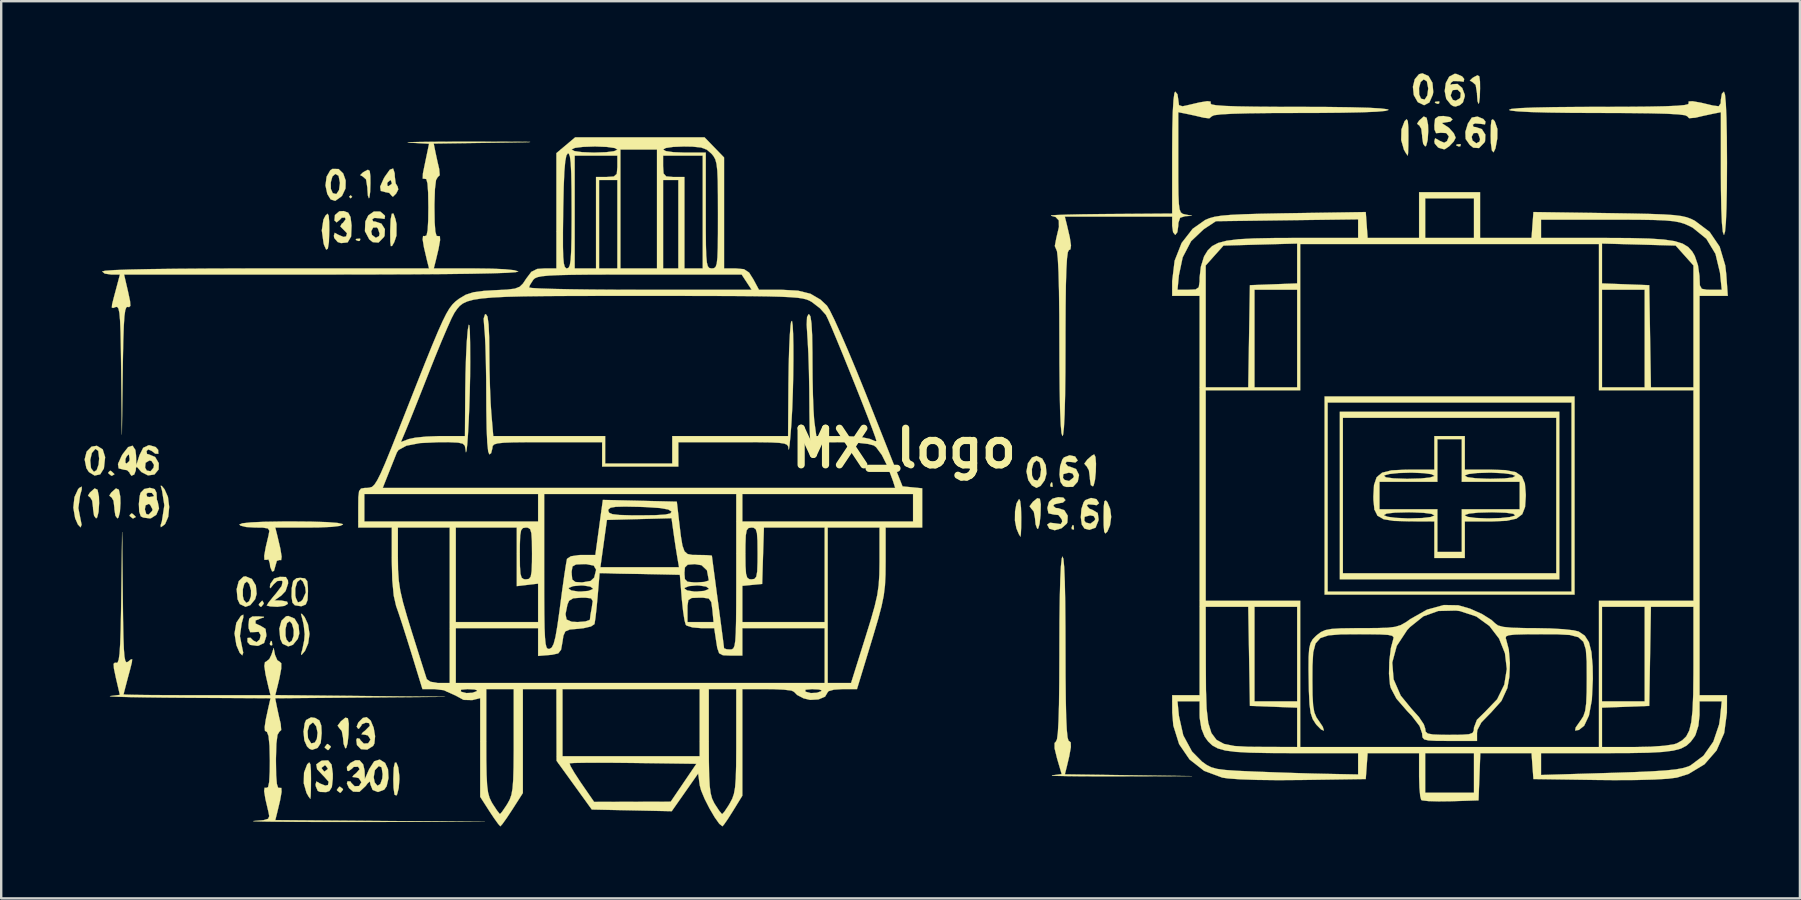
<source format=kicad_pcb>
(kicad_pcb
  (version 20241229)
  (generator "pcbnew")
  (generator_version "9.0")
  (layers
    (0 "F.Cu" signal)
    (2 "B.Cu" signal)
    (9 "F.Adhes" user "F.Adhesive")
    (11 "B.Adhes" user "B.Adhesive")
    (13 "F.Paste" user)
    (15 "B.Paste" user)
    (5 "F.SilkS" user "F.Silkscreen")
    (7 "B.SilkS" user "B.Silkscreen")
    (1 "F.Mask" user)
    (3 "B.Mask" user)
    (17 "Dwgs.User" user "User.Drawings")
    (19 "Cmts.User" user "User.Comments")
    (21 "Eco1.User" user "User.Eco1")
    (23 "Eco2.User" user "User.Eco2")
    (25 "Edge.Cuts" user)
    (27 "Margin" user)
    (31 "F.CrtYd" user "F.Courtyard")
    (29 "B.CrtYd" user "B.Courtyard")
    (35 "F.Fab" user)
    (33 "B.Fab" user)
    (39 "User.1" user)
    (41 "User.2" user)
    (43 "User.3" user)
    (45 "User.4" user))
  (footprint "MX_logo"
    (layer "F.Cu")
    (at 34.608 15.626)
    (property "Reference" "MX_logo" (at 0 0 0) (layer "F.SilkS") (effects (font (size 1.524 1.524) (thickness 0.3))))
    (attr through_hole)
    (fp_poly (pts (xy -22.987 -10.477) (xy -23.05 -10.414) (xy -23.114 -10.477) (xy -23.05 -10.541) (xy -22.987 -10.477)) (stroke (width 0.01) (type solid)) (fill yes) (layer "F.SilkS"))
    (fp_poly (pts (xy -26.331 8.043) (xy -26.316 8.194) (xy -26.331 8.213) (xy -26.407 8.195) (xy -26.416 8.128) (xy -26.37 8.023) (xy -26.331 8.043)) (stroke (width 0.01) (type solid)) (fill yes) (layer "F.SilkS"))
    (fp_poly (pts (xy -22.648 -8.721) (xy -22.666 -8.645) (xy -22.733 -8.636) (xy -22.838 -8.682) (xy -22.818 -8.721) (xy -22.667 -8.736) (xy -22.648 -8.721)) (stroke (width 0.01) (type solid)) (fill yes) (layer "F.SilkS"))
    (fp_poly (pts (xy 6.181 1.439) (xy 6.196 1.59) (xy 6.181 1.609) (xy 6.105 1.591) (xy 6.096 1.524) (xy 6.142 1.419) (xy 6.181 1.439)) (stroke (width 0.01) (type solid)) (fill yes) (layer "F.SilkS"))
    (fp_poly (pts (xy 7.07 3.217) (xy 7.085 3.368) (xy 7.07 3.387) (xy 6.994 3.369) (xy 6.985 3.302) (xy 7.031 3.197) (xy 7.07 3.217)) (stroke (width 0.01) (type solid)) (fill yes) (layer "F.SilkS"))
    (fp_poly (pts (xy 22.31 -14.436) (xy 22.292 -14.36) (xy 22.225 -14.351) (xy 22.12 -14.397) (xy 22.14 -14.436) (xy 22.291 -14.451) (xy 22.31 -14.436)) (stroke (width 0.01) (type solid)) (fill yes) (layer "F.SilkS"))
    (fp_poly (pts (xy 23.199 -12.658) (xy 23.181 -12.582) (xy 23.114 -12.573) (xy 23.009 -12.619) (xy 23.029 -12.658) (xy 23.18 -12.673) (xy 23.199 -12.658)) (stroke (width 0.01) (type solid)) (fill yes) (layer "F.SilkS"))
    (fp_poly (pts (xy -33.02 0.953) (xy -32.899 1.067) (xy -32.893 1.087) (xy -32.991 1.142) (xy -33.02 1.143) (xy -33.142 1.045) (xy -33.147 1.009) (xy -33.069 0.933) (xy -33.02 0.953)) (stroke (width 0.01) (type solid)) (fill yes) (layer "F.SilkS"))
    (fp_poly (pts (xy -32.131 2.731) (xy -32.01 2.845) (xy -32.004 2.865) (xy -32.102 2.92) (xy -32.131 2.921) (xy -32.253 2.823) (xy -32.258 2.787) (xy -32.18 2.711) (xy -32.131 2.731)) (stroke (width 0.01) (type solid)) (fill yes) (layer "F.SilkS"))
    (fp_poly (pts (xy -26.671 6.448) (xy -26.67 6.477) (xy -26.768 6.599) (xy -26.804 6.604) (xy -26.88 6.526) (xy -26.86 6.477) (xy -26.746 6.356) (xy -26.726 6.35) (xy -26.671 6.448)) (stroke (width 0.01) (type solid)) (fill yes) (layer "F.SilkS"))
    (fp_poly (pts (xy -23.88 12.416) (xy -23.876 12.446) (xy -23.973 12.569) (xy -24.003 12.573) (xy -24.126 12.476) (xy -24.13 12.446) (xy -24.033 12.323) (xy -24.003 12.319) (xy -23.88 12.416)) (stroke (width 0.01) (type solid)) (fill yes) (layer "F.SilkS"))
    (fp_poly (pts (xy -23.372 14.194) (xy -23.368 14.224) (xy -23.465 14.347) (xy -23.495 14.351) (xy -23.618 14.254) (xy -23.622 14.224) (xy -23.525 14.101) (xy -23.495 14.097) (xy -23.372 14.194)) (stroke (width 0.01) (type solid)) (fill yes) (layer "F.SilkS"))
    (fp_poly (pts (xy 24.616 -13.623) (xy 24.725 -13.304) (xy 24.721 -12.907) (xy 24.645 -12.495) (xy 24.566 -12.33) (xy 24.496 -12.406) (xy 24.453 -12.717) (xy 24.445 -13.023) (xy 24.453 -13.456) (xy 24.479 -13.671) (xy 24.536 -13.707) (xy 24.616 -13.623)) (stroke (width 0.01) (type solid)) (fill yes) (layer "F.SilkS"))
    (fp_poly (pts (xy 27.305 5.461) (xy 18.161 5.461) (xy 18.161 -1.27) (xy 18.288 -1.27) (xy 18.288 5.207) (xy 27.178 5.207) (xy 27.178 -1.27) (xy 18.288 -1.27) (xy 18.161 -1.27) (xy 18.161 -1.524) (xy 27.305 -1.524) (xy 27.305 5.461)) (stroke (width 0.01) (type solid)) (fill yes) (layer "F.SilkS"))
    (fp_poly (pts (xy 27.94 6.096) (xy 17.526 6.096) (xy 17.526 -1.905) (xy 17.653 -1.905) (xy 17.653 5.969) (xy 27.813 5.969) (xy 27.813 -1.905) (xy 17.653 -1.905) (xy 17.526 -1.905) (xy 17.526 -2.159) (xy 27.94 -2.159) (xy 27.94 6.096)) (stroke (width 0.01) (type solid)) (fill yes) (layer "F.SilkS"))
    (fp_poly (pts (xy -27.521 7.046) (xy -27.59 7.295) (xy -27.663 7.825) (xy -27.592 8.191) (xy -27.525 8.515) (xy -27.564 8.627) (xy -27.671 8.524) (xy -27.809 8.204) (xy -27.888 7.713) (xy -27.812 7.27) (xy -27.62 6.983) (xy -27.522 6.931) (xy -27.521 7.046)) (stroke (width 0.01) (type solid)) (fill yes) (layer "F.SilkS"))
    (fp_poly (pts (xy -24.727 13.163) (xy -24.705 13.43) (xy -24.701 13.777) (xy -24.705 14.198) (xy -24.715 14.496) (xy -24.729 14.605) (xy -24.802 14.509) (xy -24.888 14.359) (xy -25.003 13.957) (xy -24.992 13.513) (xy -24.86 13.166) (xy -24.775 13.087) (xy -24.727 13.163)) (stroke (width 0.01) (type solid)) (fill yes) (layer "F.SilkS"))
    (fp_poly (pts (xy -23.965 -9.697) (xy -23.943 -9.43) (xy -23.939 -9.083) (xy -23.955 -8.59) (xy -24 -8.316) (xy -24.069 -8.274) (xy -24.158 -8.473) (xy -24.177 -8.541) (xy -24.252 -9.077) (xy -24.184 -9.527) (xy -24.098 -9.694) (xy -24.013 -9.773) (xy -23.965 -9.697)) (stroke (width 0.01) (type solid)) (fill yes) (layer "F.SilkS"))
    (fp_poly (pts (xy -21.181 -9.541) (xy -21.139 -9.344) (xy -21.141 -8.859) (xy -21.232 -8.589) (xy -21.324 -8.43) (xy -21.376 -8.422) (xy -21.398 -8.598) (xy -21.402 -8.99) (xy -21.402 -9.07) (xy -21.383 -9.535) (xy -21.334 -9.774) (xy -21.265 -9.779) (xy -21.181 -9.541)) (stroke (width 0.01) (type solid)) (fill yes) (layer "F.SilkS"))
    (fp_poly (pts (xy -21.145 13.094) (xy -21.067 13.291) (xy -21.023 13.634) (xy -21.018 13.78) (xy -21.046 14.15) (xy -21.113 14.415) (xy -21.145 14.465) (xy -21.221 14.432) (xy -21.263 14.148) (xy -21.273 13.78) (xy -21.255 13.31) (xy -21.204 13.093) (xy -21.145 13.094)) (stroke (width 0.01) (type solid)) (fill yes) (layer "F.SilkS"))
    (fp_poly (pts (xy 4.845 2.198) (xy 4.878 2.476) (xy 4.889 2.87) (xy 4.885 3.287) (xy 4.872 3.58) (xy 4.855 3.683) (xy 4.79 3.579) (xy 4.687 3.335) (xy 4.625 3.012) (xy 4.63 2.631) (xy 4.691 2.296) (xy 4.799 2.112) (xy 4.845 2.198)) (stroke (width 0.01) (type solid)) (fill yes) (layer "F.SilkS"))
    (fp_poly (pts (xy 8.477 2.244) (xy 8.593 2.527) (xy 8.636 2.857) (xy 8.586 3.213) (xy 8.477 3.471) (xy 8.392 3.55) (xy 8.344 3.474) (xy 8.322 3.207) (xy 8.319 2.857) (xy 8.326 2.423) (xy 8.353 2.206) (xy 8.41 2.172) (xy 8.477 2.244)) (stroke (width 0.01) (type solid)) (fill yes) (layer "F.SilkS"))
    (fp_poly (pts (xy 20.993 -13.634) (xy 21.015 -13.367) (xy 21.018 -13.02) (xy 21.015 -12.599) (xy 21.005 -12.301) (xy 20.991 -12.192) (xy 20.918 -12.288) (xy 20.832 -12.438) (xy 20.717 -12.84) (xy 20.728 -13.284) (xy 20.86 -13.631) (xy 20.945 -13.71) (xy 20.993 -13.634)) (stroke (width 0.01) (type solid)) (fill yes) (layer "F.SilkS"))
    (fp_poly (pts (xy -34.253 1.717) (xy -34.321 1.961) (xy -34.394 2.491) (xy -34.323 2.857) (xy -34.258 3.185) (xy -34.301 3.294) (xy -34.414 3.174) (xy -34.527 2.915) (xy -34.603 2.474) (xy -34.556 2.035) (xy -34.403 1.702) (xy -34.348 1.646) (xy -34.252 1.598) (xy -34.253 1.717)) (stroke (width 0.01) (type solid)) (fill yes) (layer "F.SilkS"))
    (fp_poly (pts (xy -30.918 1.569) (xy -30.804 1.707) (xy -30.661 2.027) (xy -30.609 2.444) (xy -30.648 2.853) (xy -30.777 3.151) (xy -30.816 3.19) (xy -30.957 3.288) (xy -30.966 3.205) (xy -30.915 3.047) (xy -30.811 2.376) (xy -30.904 1.778) (xy -30.963 1.562) (xy -30.918 1.569)) (stroke (width 0.01) (type solid)) (fill yes) (layer "F.SilkS"))
    (fp_poly (pts (xy -23.165 11.247) (xy -23.126 11.473) (xy -23.138 11.924) (xy -23.139 11.936) (xy -23.176 12.285) (xy -23.232 12.483) (xy -23.273 12.5) (xy -23.344 12.312) (xy -23.368 12.054) (xy -23.419 11.781) (xy -23.526 11.653) (xy -23.593 11.557) (xy -23.456 11.373) (xy -23.271 11.222) (xy -23.165 11.247)) (stroke (width 0.01) (type solid)) (fill yes) (layer "F.SilkS"))
    (fp_poly (pts (xy 5.664 2.103) (xy 5.703 2.329) (xy 5.691 2.78) (xy 5.69 2.792) (xy 5.653 3.141) (xy 5.597 3.339) (xy 5.556 3.356) (xy 5.485 3.168) (xy 5.461 2.91) (xy 5.41 2.637) (xy 5.303 2.509) (xy 5.236 2.413) (xy 5.373 2.229) (xy 5.558 2.078) (xy 5.664 2.103)) (stroke (width 0.01) (type solid)) (fill yes) (layer "F.SilkS"))
    (fp_poly (pts (xy -33.595 1.725) (xy -33.536 2.012) (xy -33.528 2.286) (xy -33.551 2.648) (xy -33.609 2.878) (xy -33.655 2.921) (xy -33.739 2.809) (xy -33.781 2.535) (xy -33.782 2.477) (xy -33.818 2.183) (xy -33.906 2.036) (xy -33.925 2.032) (xy -33.992 1.971) (xy -33.909 1.841) (xy -33.716 1.671) (xy -33.595 1.725)) (stroke (width 0.01) (type solid)) (fill yes) (layer "F.SilkS"))
    (fp_poly (pts (xy -32.706 1.725) (xy -32.647 2.012) (xy -32.639 2.286) (xy -32.662 2.648) (xy -32.72 2.878) (xy -32.766 2.921) (xy -32.85 2.809) (xy -32.892 2.535) (xy -32.893 2.477) (xy -32.929 2.183) (xy -33.017 2.036) (xy -33.036 2.032) (xy -33.103 1.971) (xy -33.02 1.841) (xy -32.827 1.671) (xy -32.706 1.725)) (stroke (width 0.01) (type solid)) (fill yes) (layer "F.SilkS"))
    (fp_poly (pts (xy -22.255 -11.557) (xy -22.228 -11.34) (xy -22.225 -11.05) (xy -22.236 -10.687) (xy -22.266 -10.457) (xy -22.288 -10.414) (xy -22.331 -10.526) (xy -22.352 -10.799) (xy -22.352 -10.849) (xy -22.408 -11.202) (xy -22.547 -11.325) (xy -22.652 -11.381) (xy -22.542 -11.489) (xy -22.483 -11.526) (xy -22.331 -11.604) (xy -22.255 -11.557)) (stroke (width 0.01) (type solid)) (fill yes) (layer "F.SilkS"))
    (fp_poly (pts (xy 21.777 -13.769) (xy 21.836 -13.482) (xy 21.844 -13.208) (xy 21.821 -12.846) (xy 21.763 -12.616) (xy 21.717 -12.573) (xy 21.633 -12.685) (xy 21.591 -12.959) (xy 21.59 -13.018) (xy 21.554 -13.311) (xy 21.466 -13.458) (xy 21.447 -13.462) (xy 21.38 -13.523) (xy 21.463 -13.652) (xy 21.656 -13.823) (xy 21.777 -13.769)) (stroke (width 0.01) (type solid)) (fill yes) (layer "F.SilkS"))
    (fp_poly (pts (xy 23.973 -15.494) (xy 24 -15.277) (xy 24.003 -14.987) (xy 23.992 -14.624) (xy 23.962 -14.394) (xy 23.939 -14.351) (xy 23.897 -14.463) (xy 23.876 -14.736) (xy 23.876 -14.786) (xy 23.82 -15.139) (xy 23.681 -15.262) (xy 23.576 -15.318) (xy 23.686 -15.426) (xy 23.745 -15.463) (xy 23.897 -15.541) (xy 23.973 -15.494)) (stroke (width 0.01) (type solid)) (fill yes) (layer "F.SilkS"))
    (fp_poly (pts (xy -25.076 6.903) (xy -24.962 7.041) (xy -24.827 7.335) (xy -24.765 7.718) (xy -24.765 7.747) (xy -24.819 8.129) (xy -24.95 8.437) (xy -24.962 8.453) (xy -25.099 8.613) (xy -25.114 8.563) (xy -25.062 8.382) (xy -24.984 7.999) (xy -24.964 7.747) (xy -25.004 7.364) (xy -25.062 7.112) (xy -25.121 6.896) (xy -25.076 6.903)) (stroke (width 0.01) (type solid)) (fill yes) (layer "F.SilkS"))
    (fp_poly (pts (xy 7.981 0.365) (xy 8.002 0.638) (xy 7.994 0.985) (xy 7.961 1.316) (xy 7.906 1.543) (xy 7.874 1.587) (xy 7.787 1.534) (xy 7.748 1.278) (xy 7.747 1.225) (xy 7.706 0.915) (xy 7.606 0.739) (xy 7.589 0.731) (xy 7.516 0.639) (xy 7.644 0.466) (xy 7.836 0.301) (xy 7.928 0.254) (xy 7.981 0.365)) (stroke (width 0.01) (type solid)) (fill yes) (layer "F.SilkS"))
    (fp_poly (pts (xy 5.761 0.427) (xy 5.909 0.7) (xy 5.94 1.055) (xy 5.867 1.328) (xy 5.696 1.565) (xy 5.524 1.651) (xy 5.333 1.547) (xy 5.182 1.328) (xy 5.104 0.968) (xy 5.124 0.86) (xy 5.332 0.86) (xy 5.337 1.133) (xy 5.415 1.309) (xy 5.565 1.347) (xy 5.676 1.179) (xy 5.715 0.882) (xy 5.657 0.585) (xy 5.524 0.508) (xy 5.4 0.615) (xy 5.332 0.86) (xy 5.124 0.86) (xy 5.166 0.625) (xy 5.337 0.383) (xy 5.524 0.318) (xy 5.761 0.427)) (stroke (width 0.01) (type solid)) (fill yes) (layer "F.SilkS"))
    (fp_poly (pts (xy -33.379 0.043) (xy -33.278 0.37) (xy -33.329 0.838) (xy -33.483 1.086) (xy -33.717 1.136) (xy -33.954 0.99) (xy -34.059 0.826) (xy -34.127 0.489) (xy -33.899 0.489) (xy -33.87 0.804) (xy -33.856 0.843) (xy -33.745 0.981) (xy -33.632 0.911) (xy -33.549 0.675) (xy -33.528 0.426) (xy -33.565 0.108) (xy -33.677 0.028) (xy -33.687 0.031) (xy -33.83 0.193) (xy -33.899 0.489) (xy -34.127 0.489) (xy -34.132 0.463) (xy -34.049 0.14) (xy -33.844 -0.069) (xy -33.622 -0.104) (xy -33.379 0.043)) (stroke (width 0.01) (type solid)) (fill yes) (layer "F.SilkS"))
    (fp_poly (pts (xy -27.164 5.443) (xy -26.999 5.715) (xy -26.966 6.065) (xy -27.028 6.287) (xy -27.23 6.534) (xy -27.427 6.604) (xy -27.666 6.491) (xy -27.761 6.287) (xy -27.799 5.869) (xy -27.799 5.869) (xy -27.541 5.869) (xy -27.54 6.158) (xy -27.501 6.317) (xy -27.393 6.443) (xy -27.28 6.373) (xy -27.204 6.164) (xy -27.2 5.917) (xy -27.273 5.658) (xy -27.369 5.552) (xy -27.478 5.634) (xy -27.541 5.869) (xy -27.799 5.869) (xy -27.711 5.534) (xy -27.519 5.35) (xy -27.427 5.334) (xy -27.164 5.443)) (stroke (width 0.01) (type solid)) (fill yes) (layer "F.SilkS"))
    (fp_poly (pts (xy -25.386 7.094) (xy -25.221 7.366) (xy -25.188 7.716) (xy -25.25 7.938) (xy -25.452 8.185) (xy -25.649 8.255) (xy -25.888 8.142) (xy -25.983 7.938) (xy -26.021 7.52) (xy -26.021 7.52) (xy -25.763 7.52) (xy -25.762 7.809) (xy -25.723 7.968) (xy -25.615 8.094) (xy -25.502 8.024) (xy -25.426 7.815) (xy -25.422 7.568) (xy -25.495 7.309) (xy -25.59 7.203) (xy -25.7 7.285) (xy -25.763 7.52) (xy -26.021 7.52) (xy -25.933 7.185) (xy -25.741 7.001) (xy -25.649 6.985) (xy -25.386 7.094)) (stroke (width 0.01) (type solid)) (fill yes) (layer "F.SilkS"))
    (fp_poly (pts (xy -23.551 -11.635) (xy -23.36 -11.45) (xy -23.257 -11.156) (xy -23.264 -10.825) (xy -23.403 -10.527) (xy -23.441 -10.487) (xy -23.692 -10.308) (xy -23.883 -10.368) (xy -24.022 -10.595) (xy -24.099 -10.953) (xy -24.082 -11.078) (xy -23.878 -11.078) (xy -23.873 -10.805) (xy -23.795 -10.629) (xy -23.645 -10.591) (xy -23.534 -10.759) (xy -23.495 -11.056) (xy -23.553 -11.353) (xy -23.686 -11.43) (xy -23.81 -11.323) (xy -23.878 -11.078) (xy -24.082 -11.078) (xy -24.051 -11.316) (xy -23.898 -11.582) (xy -23.807 -11.64) (xy -23.551 -11.635)) (stroke (width 0.01) (type solid)) (fill yes) (layer "F.SilkS"))
    (fp_poly (pts (xy 21.856 -15.51) (xy 22.02 -15.226) (xy 22.053 -14.844) (xy 22.035 -14.735) (xy 21.891 -14.406) (xy 21.672 -14.293) (xy 21.418 -14.415) (xy 21.403 -14.429) (xy 21.241 -14.716) (xy 21.21 -15.015) (xy 21.461 -15.015) (xy 21.466 -14.742) (xy 21.544 -14.566) (xy 21.694 -14.528) (xy 21.805 -14.696) (xy 21.844 -14.993) (xy 21.786 -15.29) (xy 21.654 -15.367) (xy 21.529 -15.26) (xy 21.461 -15.015) (xy 21.21 -15.015) (xy 21.205 -15.06) (xy 21.283 -15.378) (xy 21.46 -15.585) (xy 21.599 -15.621) (xy 21.856 -15.51)) (stroke (width 0.01) (type solid)) (fill yes) (layer "F.SilkS"))
    (fp_poly (pts (xy -25.749 5.363) (xy -25.661 5.504) (xy -25.654 5.628) (xy -25.76 5.947) (xy -25.94 6.137) (xy -26.226 6.337) (xy -25.94 6.343) (xy -25.697 6.389) (xy -25.663 6.479) (xy -25.809 6.566) (xy -26.099 6.604) (xy -26.392 6.589) (xy -26.539 6.553) (xy -26.543 6.545) (xy -26.467 6.423) (xy -26.274 6.182) (xy -26.158 6.047) (xy -25.924 5.737) (xy -25.885 5.556) (xy -25.923 5.515) (xy -26.108 5.531) (xy -26.256 5.664) (xy -26.391 5.83) (xy -26.416 5.788) (xy -26.395 5.652) (xy -26.239 5.428) (xy -26.002 5.357) (xy -25.749 5.363)) (stroke (width 0.01) (type solid)) (fill yes) (layer "F.SilkS"))
    (fp_poly (pts (xy -21.215 -11.461) (xy -21.209 -11.314) (xy -21.173 -11.035) (xy -21.091 -10.901) (xy -21.065 -10.784) (xy -21.154 -10.612) (xy -21.289 -10.479) (xy -21.336 -10.517) (xy -21.442 -10.64) (xy -21.59 -10.668) (xy -21.794 -10.721) (xy -21.821 -10.9) (xy -21.755 -11.049) (xy -21.526 -11.049) (xy -21.516 -10.932) (xy -21.47 -10.922) (xy -21.341 -11.014) (xy -21.336 -11.049) (xy -21.379 -11.173) (xy -21.392 -11.176) (xy -21.5 -11.087) (xy -21.526 -11.049) (xy -21.755 -11.049) (xy -21.674 -11.232) (xy -21.626 -11.315) (xy -21.417 -11.607) (xy -21.28 -11.656) (xy -21.215 -11.461)) (stroke (width 0.01) (type solid)) (fill yes) (layer "F.SilkS"))
    (fp_poly (pts (xy -26.659 7.022) (xy -26.671 7.053) (xy -26.765 7.075) (xy -27.01 7.173) (xy -27.012 7.299) (xy -26.788 7.405) (xy -26.596 7.523) (xy -26.56 7.779) (xy -26.565 7.833) (xy -26.655 8.111) (xy -26.883 8.222) (xy -26.94 8.23) (xy -27.241 8.19) (xy -27.348 8.071) (xy -27.347 7.903) (xy -27.224 7.892) (xy -27.113 8.003) (xy -26.973 8.078) (xy -26.841 7.969) (xy -26.797 7.788) (xy -26.879 7.646) (xy -27.051 7.657) (xy -27.233 7.662) (xy -27.299 7.503) (xy -27.305 7.354) (xy -27.278 7.101) (xy -27.144 7.007) (xy -26.892 7.002) (xy -26.659 7.022)) (stroke (width 0.01) (type solid)) (fill yes) (layer "F.SilkS"))
    (fp_poly (pts (xy -24.527 11.234) (xy -24.351 11.339) (xy -24.272 11.556) (xy -24.257 11.869) (xy -24.296 12.278) (xy -24.422 12.478) (xy -24.458 12.496) (xy -24.654 12.562) (xy -24.766 12.52) (xy -24.867 12.421) (xy -24.979 12.17) (xy -25.013 11.804) (xy -25.011 11.788) (xy -24.846 11.788) (xy -24.826 12.072) (xy -24.823 12.083) (xy -24.693 12.294) (xy -24.544 12.261) (xy -24.458 12.111) (xy -24.427 11.849) (xy -24.484 11.586) (xy -24.601 11.436) (xy -24.633 11.43) (xy -24.771 11.538) (xy -24.846 11.788) (xy -25.011 11.788) (xy -24.963 11.451) (xy -24.906 11.321) (xy -24.699 11.21) (xy -24.527 11.234)) (stroke (width 0.01) (type solid)) (fill yes) (layer "F.SilkS"))
    (fp_poly (pts (xy -23.151 -9.815) (xy -23.055 -9.634) (xy -23.011 -9.284) (xy -23.031 -8.821) (xy -23.176 -8.577) (xy -23.449 -8.548) (xy -23.59 -8.593) (xy -23.733 -8.76) (xy -23.749 -8.853) (xy -23.713 -8.978) (xy -23.568 -8.898) (xy -23.564 -8.895) (xy -23.345 -8.805) (xy -23.239 -8.828) (xy -23.201 -8.958) (xy -23.329 -9.09) (xy -23.48 -9.241) (xy -23.424 -9.352) (xy -23.372 -9.389) (xy -23.26 -9.537) (xy -23.283 -9.61) (xy -23.42 -9.607) (xy -23.495 -9.525) (xy -23.634 -9.411) (xy -23.725 -9.492) (xy -23.705 -9.709) (xy -23.702 -9.719) (xy -23.521 -9.874) (xy -23.337 -9.883) (xy -23.151 -9.815)) (stroke (width 0.01) (type solid)) (fill yes) (layer "F.SilkS"))
    (fp_poly (pts (xy 6.642 2.054) (xy 6.731 2.159) (xy 6.625 2.262) (xy 6.477 2.286) (xy 6.271 2.333) (xy 6.223 2.399) (xy 6.326 2.488) (xy 6.428 2.494) (xy 6.679 2.577) (xy 6.825 2.808) (xy 6.81 3.087) (xy 6.781 3.143) (xy 6.563 3.334) (xy 6.283 3.415) (xy 6.061 3.352) (xy 6.059 3.35) (xy 5.967 3.178) (xy 6.087 3.101) (xy 6.299 3.126) (xy 6.533 3.158) (xy 6.593 3.06) (xy 6.58 2.97) (xy 6.438 2.78) (xy 6.25 2.761) (xy 6.021 2.71) (xy 5.975 2.486) (xy 6.046 2.233) (xy 6.191 2.099) (xy 6.426 2.036) (xy 6.642 2.054)) (stroke (width 0.01) (type solid)) (fill yes) (layer "F.SilkS"))
    (fp_poly (pts (xy -24.95 5.421) (xy -24.857 5.538) (xy -24.83 5.815) (xy -24.828 5.969) (xy -24.846 6.329) (xy -24.919 6.507) (xy -25.083 6.576) (xy -25.115 6.581) (xy -25.375 6.54) (xy -25.473 6.434) (xy -25.512 6.182) (xy -25.505 5.832) (xy -25.505 5.83) (xy -25.356 5.83) (xy -25.355 6.138) (xy -25.332 6.237) (xy -25.246 6.421) (xy -25.124 6.379) (xy -25.053 6.311) (xy -24.918 6.007) (xy -24.941 5.789) (xy -25.041 5.546) (xy -25.14 5.461) (xy -25.276 5.57) (xy -25.356 5.83) (xy -25.505 5.83) (xy -25.504 5.822) (xy -25.445 5.528) (xy -25.303 5.412) (xy -25.146 5.397) (xy -24.95 5.421)) (stroke (width 0.01) (type solid)) (fill yes) (layer "F.SilkS"))
    (fp_poly (pts (xy -21.815 -9.862) (xy -21.629 -9.701) (xy -21.617 -9.67) (xy -21.639 -9.555) (xy -21.818 -9.58) (xy -22.055 -9.598) (xy -22.149 -9.545) (xy -22.115 -9.453) (xy -22.019 -9.444) (xy -21.769 -9.36) (xy -21.623 -9.13) (xy -21.636 -8.854) (xy -21.663 -8.802) (xy -21.888 -8.57) (xy -22.127 -8.587) (xy -22.274 -8.703) (xy -22.452 -9.041) (xy -22.194 -9.041) (xy -22.162 -8.89) (xy -22 -8.768) (xy -21.866 -8.841) (xy -21.844 -8.946) (xy -21.916 -9.159) (xy -21.962 -9.202) (xy -22.113 -9.194) (xy -22.194 -9.041) (xy -22.452 -9.041) (xy -22.455 -9.046) (xy -22.437 -9.45) (xy -22.312 -9.705) (xy -22.08 -9.865) (xy -21.815 -9.862)) (stroke (width 0.01) (type solid)) (fill yes) (layer "F.SilkS"))
    (fp_poly (pts (xy 24.143 -13.717) (xy 24.23 -13.607) (xy 24.208 -13.492) (xy 24.029 -13.517) (xy 23.792 -13.535) (xy 23.698 -13.482) (xy 23.732 -13.39) (xy 23.828 -13.381) (xy 24.078 -13.297) (xy 24.224 -13.067) (xy 24.211 -12.791) (xy 24.184 -12.739) (xy 23.959 -12.507) (xy 23.72 -12.524) (xy 23.573 -12.64) (xy 23.403 -12.887) (xy 23.399 -12.978) (xy 23.653 -12.978) (xy 23.686 -12.827) (xy 23.847 -12.705) (xy 23.981 -12.778) (xy 24.003 -12.883) (xy 23.931 -13.096) (xy 23.885 -13.139) (xy 23.734 -13.131) (xy 23.653 -12.978) (xy 23.399 -12.978) (xy 23.391 -13.182) (xy 23.495 -13.526) (xy 23.659 -13.778) (xy 23.898 -13.82) (xy 24.143 -13.717)) (stroke (width 0.01) (type solid)) (fill yes) (layer "F.SilkS"))
    (fp_poly (pts (xy -22.214 11.345) (xy -22.09 11.643) (xy -22.031 11.994) (xy -22.06 12.298) (xy -22.112 12.399) (xy -22.358 12.554) (xy -22.621 12.535) (xy -22.786 12.364) (xy -22.814 12.148) (xy -22.782 12.079) (xy -22.674 12.1) (xy -22.642 12.16) (xy -22.501 12.302) (xy -22.32 12.291) (xy -22.225 12.14) (xy -22.225 12.129) (xy -22.329 11.965) (xy -22.447 11.934) (xy -22.6 11.917) (xy -22.547 11.839) (xy -22.447 11.761) (xy -22.25 11.563) (xy -22.28 11.451) (xy -22.416 11.43) (xy -22.585 11.499) (xy -22.606 11.557) (xy -22.703 11.68) (xy -22.737 11.684) (xy -22.799 11.597) (xy -22.729 11.422) (xy -22.541 11.233) (xy -22.381 11.201) (xy -22.214 11.345)) (stroke (width 0.01) (type solid)) (fill yes) (layer "F.SilkS"))
    (fp_poly (pts (xy 7.132 0.34) (xy 7.239 0.505) (xy 7.239 0.513) (xy 7.14 0.595) (xy 6.985 0.572) (xy 6.78 0.559) (xy 6.731 0.626) (xy 6.833 0.749) (xy 6.906 0.762) (xy 7.173 0.865) (xy 7.297 1.112) (xy 7.243 1.389) (xy 7.045 1.607) (xy 6.763 1.611) (xy 6.636 1.567) (xy 6.523 1.402) (xy 6.5 1.233) (xy 6.627 1.233) (xy 6.691 1.315) (xy 6.88 1.363) (xy 7.054 1.229) (xy 7.083 1.167) (xy 7.02 1.047) (xy 6.869 1.016) (xy 6.64 1.077) (xy 6.627 1.233) (xy 6.5 1.233) (xy 6.481 1.096) (xy 6.507 0.75) (xy 6.599 0.467) (xy 6.666 0.382) (xy 6.904 0.291) (xy 7.132 0.34)) (stroke (width 0.01) (type solid)) (fill yes) (layer "F.SilkS"))
    (fp_poly (pts (xy 8.021 2.118) (xy 8.128 2.283) (xy 8.128 2.291) (xy 8.029 2.373) (xy 7.874 2.349) (xy 7.673 2.333) (xy 7.62 2.39) (xy 7.726 2.514) (xy 7.883 2.579) (xy 8.075 2.697) (xy 8.111 2.954) (xy 8.106 3.006) (xy 7.984 3.308) (xy 7.728 3.398) (xy 7.525 3.346) (xy 7.412 3.18) (xy 7.389 3.011) (xy 7.516 3.011) (xy 7.58 3.093) (xy 7.769 3.141) (xy 7.943 3.007) (xy 7.972 2.945) (xy 7.909 2.825) (xy 7.758 2.794) (xy 7.529 2.855) (xy 7.516 3.011) (xy 7.389 3.011) (xy 7.37 2.873) (xy 7.396 2.527) (xy 7.489 2.243) (xy 7.555 2.16) (xy 7.793 2.069) (xy 8.021 2.118)) (stroke (width 0.01) (type solid)) (fill yes) (layer "F.SilkS"))
    (fp_poly (pts (xy 22.756 -13.797) (xy 22.856 -13.7) (xy 22.761 -13.608) (xy 22.574 -13.579) (xy 22.41 -13.553) (xy 22.479 -13.501) (xy 22.71 -13.349) (xy 22.912 -13.12) (xy 22.987 -12.939) (xy 22.903 -12.777) (xy 22.719 -12.584) (xy 22.541 -12.463) (xy 22.502 -12.456) (xy 22.315 -12.508) (xy 22.257 -12.53) (xy 22.114 -12.697) (xy 22.098 -12.79) (xy 22.131 -12.916) (xy 22.268 -12.844) (xy 22.294 -12.823) (xy 22.508 -12.73) (xy 22.626 -12.796) (xy 22.704 -12.99) (xy 22.593 -13.132) (xy 22.357 -13.146) (xy 22.341 -13.141) (xy 22.17 -13.128) (xy 22.105 -13.277) (xy 22.098 -13.453) (xy 22.128 -13.727) (xy 22.27 -13.83) (xy 22.479 -13.843) (xy 22.756 -13.797)) (stroke (width 0.01) (type solid)) (fill yes) (layer "F.SilkS"))
    (fp_poly (pts (xy -23.843 13.178) (xy -23.792 13.568) (xy -23.794 13.765) (xy -23.832 14.113) (xy -23.935 14.279) (xy -24.072 14.325) (xy -24.324 14.316) (xy -24.421 14.272) (xy -24.504 14.075) (xy -24.511 13.997) (xy -24.474 13.88) (xy -24.326 13.965) (xy -24.326 13.965) (xy -24.104 14.053) (xy -23.995 14.028) (xy -23.966 13.893) (xy -24.169 13.663) (xy -24.18 13.654) (xy -24.447 13.37) (xy -24.453 13.335) (xy -24.257 13.335) (xy -24.16 13.458) (xy -24.13 13.462) (xy -24.007 13.365) (xy -24.003 13.335) (xy -24.1 13.212) (xy -24.13 13.208) (xy -24.253 13.305) (xy -24.257 13.335) (xy -24.453 13.335) (xy -24.482 13.168) (xy -24.287 13.028) (xy -24.241 13.012) (xy -23.988 13.001) (xy -23.843 13.178)) (stroke (width 0.01) (type solid)) (fill yes) (layer "F.SilkS"))
    (fp_poly (pts (xy 23.009 -15.598) (xy 23.254 -15.495) (xy 23.341 -15.385) (xy 23.319 -15.27) (xy 23.14 -15.295) (xy 22.888 -15.3) (xy 22.788 -15.226) (xy 22.767 -15.134) (xy 22.846 -15.168) (xy 23.062 -15.18) (xy 23.259 -15.012) (xy 23.364 -14.733) (xy 23.368 -14.667) (xy 23.289 -14.408) (xy 23.167 -14.301) (xy 22.982 -14.236) (xy 22.875 -14.26) (xy 22.782 -14.321) (xy 22.594 -14.559) (xy 22.567 -14.695) (xy 22.775 -14.695) (xy 22.867 -14.518) (xy 22.987 -14.478) (xy 23.15 -14.571) (xy 23.184 -14.616) (xy 23.199 -14.81) (xy 23.065 -14.94) (xy 22.881 -14.924) (xy 22.846 -14.895) (xy 22.775 -14.695) (xy 22.567 -14.695) (xy 22.53 -14.884) (xy 22.576 -15.219) (xy 22.718 -15.484) (xy 22.943 -15.601) (xy 23.009 -15.598)) (stroke (width 0.01) (type solid)) (fill yes) (layer "F.SilkS"))
    (fp_poly (pts (xy -31.213 1.701) (xy -31.134 1.857) (xy -31.136 1.873) (xy -31.123 2.14) (xy -31.086 2.232) (xy -31.033 2.507) (xy -31.146 2.771) (xy -31.371 2.916) (xy -31.426 2.921) (xy -31.687 2.886) (xy -31.792 2.836) (xy -31.858 2.641) (xy -31.863 2.54) (xy -31.623 2.54) (xy -31.564 2.741) (xy -31.464 2.762) (xy -31.317 2.606) (xy -31.305 2.54) (xy -31.406 2.349) (xy -31.464 2.318) (xy -31.592 2.377) (xy -31.623 2.54) (xy -31.863 2.54) (xy -31.873 2.316) (xy -31.837 1.982) (xy -31.814 1.903) (xy -31.558 1.903) (xy -31.531 2.013) (xy -31.44 2.032) (xy -31.266 2.003) (xy -31.242 1.976) (xy -31.335 1.857) (xy -31.503 1.855) (xy -31.558 1.903) (xy -31.814 1.903) (xy -31.8 1.852) (xy -31.647 1.695) (xy -31.417 1.646) (xy -31.213 1.701)) (stroke (width 0.01) (type solid)) (fill yes) (layer "F.SilkS"))
    (fp_poly (pts (xy -24.685 3.055) (xy -24.035 3.076) (xy -23.595 3.11) (xy -23.384 3.156) (xy -23.368 3.175) (xy -23.49 3.232) (xy -23.833 3.274) (xy -24.365 3.298) (xy -24.779 3.302) (xy -26.19 3.302) (xy -26.106 3.634) (xy -25.977 4.186) (xy -25.924 4.519) (xy -25.945 4.66) (xy -26.007 4.653) (xy -26.124 4.69) (xy -26.185 4.9) (xy -26.244 5.109) (xy -26.321 5.135) (xy -26.402 4.937) (xy -26.416 4.797) (xy -26.471 4.633) (xy -26.563 4.648) (xy -26.642 4.645) (xy -26.651 4.48) (xy -26.588 4.124) (xy -26.472 3.634) (xy -26.436 3.439) (xy -26.494 3.341) (xy -26.703 3.306) (xy -27.037 3.302) (xy -27.404 3.28) (xy -27.639 3.222) (xy -27.686 3.175) (xy -27.562 3.125) (xy -27.203 3.087) (xy -26.627 3.061) (xy -25.852 3.049) (xy -25.527 3.048) (xy -24.685 3.055)) (stroke (width 0.01) (type solid)) (fill yes) (layer "F.SilkS"))
    (fp_poly (pts (xy 6.645 4.607) (xy 6.678 4.957) (xy 6.703 5.554) (xy 6.72 6.396) (xy 6.729 7.479) (xy 6.731 8.311) (xy 6.734 9.507) (xy 6.744 10.464) (xy 6.76 11.196) (xy 6.785 11.717) (xy 6.817 12.041) (xy 6.858 12.183) (xy 6.874 12.192) (xy 6.95 12.251) (xy 6.956 12.452) (xy 6.888 12.831) (xy 6.788 13.254) (xy 6.705 13.584) (xy 9.353 13.621) (xy 12.002 13.658) (xy 8.89 13.667) (xy 8.058 13.667) (xy 7.34 13.664) (xy 6.767 13.657) (xy 6.366 13.648) (xy 6.167 13.637) (xy 6.175 13.625) (xy 6.572 13.575) (xy 6.38 12.921) (xy 6.277 12.501) (xy 6.277 12.277) (xy 6.333 12.219) (xy 6.378 12.118) (xy 6.414 11.837) (xy 6.441 11.363) (xy 6.461 10.682) (xy 6.472 9.778) (xy 6.477 8.637) (xy 6.477 8.379) (xy 6.481 7.214) (xy 6.494 6.239) (xy 6.514 5.467) (xy 6.541 4.914) (xy 6.576 4.59) (xy 6.604 4.508) (xy 6.645 4.607)) (stroke (width 0.01) (type solid)) (fill yes) (layer "F.SilkS"))
    (fp_poly (pts (xy -21.615 13.106) (xy -21.493 13.373) (xy -21.472 13.739) (xy -21.55 14.078) (xy -21.652 14.223) (xy -21.911 14.321) (xy -22.134 14.234) (xy -22.225 14.009) (xy -22.247 13.881) (xy -22.339 13.954) (xy -22.423 14.069) (xy -22.684 14.313) (xy -22.945 14.305) (xy -23.117 14.157) (xy -23.206 13.96) (xy -23.178 13.872) (xy -23.057 13.879) (xy -23.023 13.938) (xy -22.882 14.08) (xy -22.701 14.069) (xy -22.606 13.918) (xy -22.606 13.906) (xy -22.71 13.743) (xy -22.828 13.712) (xy -22.978 13.694) (xy -22.923 13.614) (xy -22.821 13.534) (xy -22.677 13.369) (xy -22.74 13.267) (xy -22.923 13.275) (xy -22.994 13.347) (xy -23.133 13.448) (xy -23.195 13.424) (xy -23.205 13.276) (xy -23.062 13.111) (xy -22.85 12.998) (xy -22.679 12.996) (xy -22.527 13.169) (xy -22.469 13.426) (xy -22.458 13.78) (xy -22.427 13.707) (xy -22.09 13.707) (xy -22.046 13.922) (xy -21.933 14.058) (xy -21.814 13.988) (xy -21.732 13.756) (xy -21.717 13.571) (xy -21.761 13.292) (xy -21.876 13.24) (xy -22.039 13.41) (xy -22.09 13.707) (xy -22.427 13.707) (xy -22.278 13.367) (xy -22.069 13.041) (xy -21.838 12.967) (xy -21.615 13.106)) (stroke (width 0.01) (type solid)) (fill yes) (layer "F.SilkS"))
    (fp_poly (pts (xy 34.207 -14.734) (xy 34.242 -14.367) (xy 34.268 -13.77) (xy 34.284 -12.954) (xy 34.29 -11.932) (xy 34.29 -11.874) (xy 34.285 -10.842) (xy 34.269 -10.016) (xy 34.244 -9.407) (xy 34.209 -9.028) (xy 34.165 -8.89) (xy 34.163 -8.89) (xy 34.116 -9.014) (xy 34.08 -9.378) (xy 34.054 -9.966) (xy 34.039 -10.765) (xy 34.036 -11.446) (xy 34.036 -14.002) (xy 33.67 -13.929) (xy 33.266 -13.842) (xy 32.971 -13.772) (xy 32.711 -13.751) (xy 32.639 -13.829) (xy 32.548 -13.874) (xy 32.268 -13.91) (xy 31.785 -13.937) (xy 31.087 -13.955) (xy 30.16 -13.966) (xy 28.993 -13.97) (xy 28.963 -13.97) (xy 27.821 -13.974) (xy 26.866 -13.987) (xy 26.115 -14.008) (xy 25.58 -14.036) (xy 25.276 -14.071) (xy 25.209 -14.097) (xy 25.308 -14.138) (xy 25.658 -14.171) (xy 26.255 -14.196) (xy 27.096 -14.213) (xy 28.178 -14.222) (xy 28.956 -14.224) (xy 30.106 -14.227) (xy 31.02 -14.235) (xy 31.716 -14.249) (xy 32.212 -14.271) (xy 32.526 -14.3) (xy 32.675 -14.337) (xy 32.69 -14.371) (xy 32.693 -14.45) (xy 32.858 -14.459) (xy 33.214 -14.396) (xy 33.704 -14.28) (xy 33.945 -14.25) (xy 34.028 -14.372) (xy 34.036 -14.528) (xy 34.078 -14.773) (xy 34.163 -14.859) (xy 34.207 -14.734)) (stroke (width 0.01) (type solid)) (fill yes) (layer "F.SilkS"))
    (fp_poly (pts (xy -31.172 -0.052) (xy -31.069 0.064) (xy -31.061 0.23) (xy -31.193 0.223) (xy -31.329 0.116) (xy -31.483 0.047) (xy -31.553 0.116) (xy -31.533 0.236) (xy -31.456 0.254) (xy -31.195 0.362) (xy -31.043 0.62) (xy -31.05 0.883) (xy -31.223 1.092) (xy -31.492 1.13) (xy -31.764 0.991) (xy -31.827 0.921) (xy -31.927 0.803) (xy -31.614 0.803) (xy -31.542 0.928) (xy -31.386 0.957) (xy -31.263 0.812) (xy -31.242 0.691) (xy -31.344 0.529) (xy -31.433 0.508) (xy -31.592 0.603) (xy -31.614 0.803) (xy -31.927 0.803) (xy -31.957 0.768) (xy -31.996 0.821) (xy -32 0.921) (xy -32.065 1.093) (xy -32.184 1.145) (xy -32.257 1.039) (xy -32.258 1.016) (xy -32.364 0.913) (xy -32.512 0.889) (xy -32.716 0.836) (xy -32.743 0.657) (xy -32.722 0.608) (xy -32.434 0.608) (xy -32.381 0.635) (xy -32.272 0.532) (xy -32.258 0.445) (xy -32.285 0.275) (xy -32.308 0.254) (xy -32.39 0.353) (xy -32.431 0.445) (xy -32.434 0.608) (xy -32.722 0.608) (xy -32.596 0.325) (xy -32.548 0.242) (xy -32.319 -0.05) (xy -32.134 -0.108) (xy -32.018 0.068) (xy -31.991 0.286) (xy -31.978 0.699) (xy -31.846 0.286) (xy -31.693 -0.02) (xy -31.47 -0.125) (xy -31.428 -0.127) (xy -31.172 -0.052)) (stroke (width 0.01) (type solid)) (fill yes) (layer "F.SilkS"))
    (fp_poly (pts (xy -17.348 -5.485) (xy -17.303 -5.165) (xy -17.278 -4.617) (xy -17.272 -4.02) (xy -17.265 -3.295) (xy -17.245 -2.551) (xy -17.217 -1.886) (xy -17.19 -1.48) (xy -17.108 -0.508) (xy -12.446 -0.508) (xy -12.446 0.635) (xy -9.652 0.635) (xy -9.652 -0.508) (xy -4.826 -0.508) (xy -4.811 -2.699) (xy -4.8 -3.448) (xy -4.781 -4.133) (xy -4.754 -4.704) (xy -4.723 -5.109) (xy -4.699 -5.271) (xy -4.663 -5.309) (xy -4.635 -5.133) (xy -4.616 -4.778) (xy -4.605 -4.285) (xy -4.604 -3.691) (xy -4.611 -3.034) (xy -4.627 -2.352) (xy -4.651 -1.685) (xy -4.685 -1.069) (xy -4.693 -0.953) (xy -4.732 -0.457) (xy -4.767 -0.108) (xy -4.793 0.056) (xy -4.805 0.032) (xy -4.819 -0.07) (xy -4.865 -0.144) (xy -4.98 -0.195) (xy -5.198 -0.227) (xy -5.554 -0.245) (xy -6.083 -0.252) (xy -6.819 -0.254) (xy -7.112 -0.254) (xy -9.398 -0.254) (xy -9.398 0.762) (xy -12.573 0.762) (xy -12.573 -0.254) (xy -14.859 -0.254) (xy -15.672 -0.253) (xy -16.265 -0.247) (xy -16.673 -0.232) (xy -16.931 -0.204) (xy -17.072 -0.16) (xy -17.132 -0.096) (xy -17.145 -0.007) (xy -17.145 0) (xy -17.198 0.206) (xy -17.272 0.254) (xy -17.32 0.13) (xy -17.358 -0.232) (xy -17.384 -0.814) (xy -17.397 -1.6) (xy -17.399 -2.078) (xy -17.403 -2.868) (xy -17.416 -3.613) (xy -17.434 -4.257) (xy -17.458 -4.747) (xy -17.48 -4.999) (xy -17.509 -5.401) (xy -17.453 -5.577) (xy -17.416 -5.588) (xy -17.348 -5.485)) (stroke (width 0.01) (type solid)) (fill yes) (layer "F.SilkS"))
    (fp_poly (pts (xy -17.843 -12.774) (xy -16.904 -12.772) (xy -16.216 -12.769) (xy -15.773 -12.766) (xy -15.573 -12.762) (xy -15.612 -12.756) (xy -15.886 -12.749) (xy -16.391 -12.74) (xy -16.938 -12.732) (xy -19.589 -12.695) (xy -19.516 -12.331) (xy -19.429 -11.928) (xy -19.36 -11.635) (xy -19.339 -11.375) (xy -19.417 -11.303) (xy -19.492 -11.177) (xy -19.538 -10.799) (xy -19.558 -10.17) (xy -19.558 -10.026) (xy -19.549 -9.414) (xy -19.521 -9.031) (xy -19.471 -8.851) (xy -19.411 -8.839) (xy -19.332 -8.836) (xy -19.323 -8.671) (xy -19.386 -8.315) (xy -19.502 -7.825) (xy -19.586 -7.493) (xy -17.865 -7.493) (xy -17.173 -7.484) (xy -16.617 -7.458) (xy -16.236 -7.419) (xy -16.068 -7.369) (xy -16.066 -7.366) (xy -16.173 -7.337) (xy -16.534 -7.311) (xy -17.146 -7.29) (xy -18.009 -7.272) (xy -19.122 -7.258) (xy -20.484 -7.248) (xy -22.093 -7.242) (xy -23.948 -7.239) (xy -24.238 -7.239) (xy -32.489 -7.239) (xy -32.325 -6.533) (xy -32.24 -6.134) (xy -32.226 -5.932) (xy -32.282 -5.879) (xy -32.334 -5.893) (xy -32.393 -5.875) (xy -32.439 -5.754) (xy -32.475 -5.5) (xy -32.501 -5.087) (xy -32.522 -4.487) (xy -32.538 -3.672) (xy -32.544 -3.265) (xy -32.581 -0.572) (xy -32.61 -3.266) (xy -32.622 -4.167) (xy -32.636 -4.843) (xy -32.656 -5.324) (xy -32.684 -5.639) (xy -32.723 -5.818) (xy -32.774 -5.889) (xy -32.83 -5.888) (xy -32.946 -5.845) (xy -32.999 -5.864) (xy -32.988 -5.998) (xy -32.913 -6.296) (xy -32.839 -6.572) (xy -32.662 -7.239) (xy -33.031 -7.239) (xy -33.294 -7.277) (xy -33.401 -7.366) (xy -33.275 -7.397) (xy -32.898 -7.424) (xy -32.275 -7.447) (xy -31.408 -7.465) (xy -30.303 -7.479) (xy -28.962 -7.488) (xy -27.389 -7.493) (xy -26.593 -7.493) (xy -19.784 -7.493) (xy -19.868 -7.825) (xy -19.996 -8.371) (xy -20.05 -8.701) (xy -20.032 -8.845) (xy -19.959 -8.839) (xy -19.888 -8.87) (xy -19.842 -9.085) (xy -19.818 -9.507) (xy -19.812 -10.033) (xy -19.821 -10.647) (xy -19.848 -11.032) (xy -19.898 -11.214) (xy -19.959 -11.227) (xy -20.048 -11.235) (xy -20.039 -11.449) (xy -20.022 -11.537) (xy -19.934 -11.963) (xy -19.861 -12.313) (xy -19.783 -12.687) (xy -20.591 -12.733) (xy -20.68 -12.744) (xy -20.537 -12.754) (xy -20.187 -12.762) (xy -19.652 -12.769) (xy -18.955 -12.773) (xy -18.119 -12.774) (xy -17.843 -12.774)) (stroke (width 0.01) (type solid)) (fill yes) (layer "F.SilkS"))
    (fp_poly (pts (xy 11.397 -14.75) (xy 11.43 -14.528) (xy 11.46 -14.295) (xy 11.604 -14.248) (xy 11.762 -14.28) (xy 12.308 -14.408) (xy 12.638 -14.462) (xy 12.782 -14.444) (xy 12.776 -14.371) (xy 12.815 -14.326) (xy 13.006 -14.291) (xy 13.366 -14.264) (xy 13.914 -14.244) (xy 14.668 -14.232) (xy 15.645 -14.225) (xy 16.439 -14.224) (xy 17.626 -14.22) (xy 18.598 -14.207) (xy 19.348 -14.187) (xy 19.866 -14.158) (xy 20.145 -14.123) (xy 20.193 -14.097) (xy 20.068 -14.057) (xy 19.697 -14.023) (xy 19.09 -13.998) (xy 18.256 -13.981) (xy 17.203 -13.971) (xy 16.51 -13.97) (xy 15.336 -13.967) (xy 14.403 -13.956) (xy 13.698 -13.937) (xy 13.209 -13.911) (xy 12.923 -13.875) (xy 12.827 -13.831) (xy 12.827 -13.829) (xy 12.722 -13.745) (xy 12.495 -13.772) (xy 12.105 -13.863) (xy 11.796 -13.929) (xy 11.43 -14.002) (xy 11.43 -11.899) (xy 11.431 -11.125) (xy 11.437 -10.567) (xy 11.454 -10.19) (xy 11.485 -9.956) (xy 11.537 -9.827) (xy 11.613 -9.768) (xy 11.716 -9.742) (xy 12.002 -9.687) (xy 11.716 -9.669) (xy 11.508 -9.604) (xy 11.434 -9.392) (xy 11.43 -9.271) (xy 11.393 -9.003) (xy 11.305 -8.89) (xy 11.303 -8.89) (xy 11.214 -9) (xy 11.176 -9.266) (xy 11.176 -9.271) (xy 11.176 -9.652) (xy 6.703 -9.652) (xy 6.787 -9.32) (xy 6.912 -8.783) (xy 6.961 -8.451) (xy 6.938 -8.288) (xy 6.874 -8.255) (xy 6.83 -8.171) (xy 6.795 -7.91) (xy 6.768 -7.457) (xy 6.748 -6.797) (xy 6.737 -5.918) (xy 6.731 -4.803) (xy 6.731 -4.381) (xy 6.727 -3.172) (xy 6.715 -2.178) (xy 6.695 -1.408) (xy 6.667 -0.869) (xy 6.633 -0.57) (xy 6.604 -0.508) (xy 6.564 -0.634) (xy 6.532 -1.005) (xy 6.506 -1.613) (xy 6.489 -2.451) (xy 6.479 -3.51) (xy 6.477 -4.371) (xy 6.473 -5.566) (xy 6.461 -6.558) (xy 6.441 -7.334) (xy 6.413 -7.885) (xy 6.379 -8.201) (xy 6.35 -8.276) (xy 6.286 -8.426) (xy 6.35 -8.762) (xy 6.458 -9.219) (xy 6.452 -9.494) (xy 6.318 -9.637) (xy 6.128 -9.688) (xy 6.144 -9.704) (xy 6.383 -9.72) (xy 6.814 -9.735) (xy 7.407 -9.748) (xy 8.131 -9.757) (xy 8.477 -9.76) (xy 11.176 -9.779) (xy 11.176 -12.319) (xy 11.182 -13.253) (xy 11.2 -13.987) (xy 11.23 -14.508) (xy 11.27 -14.799) (xy 11.303 -14.859) (xy 11.397 -14.75)) (stroke (width 0.01) (type solid)) (fill yes) (layer "F.SilkS"))
    (fp_poly (pts (xy -32.541 6.27) (xy -32.53 7.181) (xy -32.516 7.867) (xy -32.498 8.355) (xy -32.473 8.673) (xy -32.438 8.851) (xy -32.391 8.916) (xy -32.33 8.897) (xy -32.322 8.89) (xy -32.205 8.796) (xy -32.152 8.789) (xy -32.163 8.913) (xy -32.237 9.211) (xy -32.322 9.525) (xy -32.423 9.909) (xy -32.492 10.175) (xy -32.51 10.255) (xy -32.39 10.264) (xy -32.05 10.272) (xy -31.525 10.279) (xy -30.849 10.283) (xy -30.059 10.286) (xy -29.45 10.287) (xy -26.388 10.287) (xy -26.472 9.955) (xy -26.598 9.406) (xy -26.646 9.067) (xy -26.619 8.91) (xy -26.574 8.89) (xy -26.44 8.784) (xy -26.351 8.604) (xy -26.257 8.319) (xy -26.201 8.604) (xy -26.106 8.827) (xy -26.01 8.89) (xy -25.939 8.957) (xy -25.941 9.178) (xy -26.018 9.587) (xy -26.106 9.953) (xy -26.189 10.283) (xy -19.113 10.355) (xy -22.654 10.384) (xy -26.194 10.414) (xy -26.121 10.78) (xy -26.034 11.184) (xy -25.964 11.479) (xy -25.943 11.739) (xy -26.021 11.811) (xy -26.097 11.937) (xy -26.144 12.312) (xy -26.162 12.932) (xy -26.162 13.025) (xy -26.153 13.618) (xy -26.123 13.983) (xy -26.07 14.144) (xy -26.015 14.148) (xy -25.936 14.151) (xy -25.927 14.317) (xy -25.99 14.673) (xy -26.106 15.16) (xy -26.189 15.491) (xy -21.826 15.526) (xy -17.462 15.561) (xy -22.606 15.567) (xy -23.69 15.568) (xy -24.664 15.566) (xy -25.507 15.562) (xy -26.195 15.557) (xy -26.707 15.55) (xy -27.021 15.541) (xy -27.114 15.532) (xy -27.071 15.527) (xy -26.681 15.493) (xy -26.49 15.437) (xy -26.441 15.327) (xy -26.474 15.155) (xy -26.601 14.611) (xy -26.654 14.282) (xy -26.635 14.141) (xy -26.563 14.148) (xy -26.49 14.117) (xy -26.444 13.901) (xy -26.421 13.474) (xy -26.416 13.025) (xy -26.43 12.395) (xy -26.471 11.987) (xy -26.537 11.816) (xy -26.553 11.811) (xy -26.62 11.769) (xy -26.632 11.614) (xy -26.586 11.305) (xy -26.477 10.8) (xy -26.454 10.7) (xy -26.388 10.414) (xy -29.926 10.394) (xy -30.821 10.387) (xy -31.604 10.377) (xy -32.249 10.366) (xy -32.729 10.353) (xy -33.016 10.34) (xy -33.082 10.326) (xy -33.065 10.323) (xy -32.665 10.273) (xy -32.828 9.574) (xy -32.911 9.178) (xy -32.925 8.978) (xy -32.867 8.928) (xy -32.817 8.941) (xy -32.758 8.923) (xy -32.713 8.803) (xy -32.677 8.551) (xy -32.651 8.141) (xy -32.63 7.546) (xy -32.614 6.737) (xy -32.607 6.25) (xy -32.57 3.493) (xy -32.541 6.27)) (stroke (width 0.01) (type solid)) (fill yes) (layer "F.SilkS"))
    (fp_poly (pts (xy 23.368 0.889) (xy 24.428 0.889) (xy 25.065 0.91) (xy 25.49 0.994) (xy 25.746 1.17) (xy 25.871 1.469) (xy 25.908 1.922) (xy 25.908 1.991) (xy 25.878 2.443) (xy 25.761 2.747) (xy 25.518 2.931) (xy 25.107 3.021) (xy 24.49 3.048) (xy 24.406 3.048) (xy 23.368 3.048) (xy 23.368 4.572) (xy 22.098 4.572) (xy 22.098 3.048) (xy 21.05 3.044) (xy 20.412 3.025) (xy 19.986 2.956) (xy 19.729 2.807) (xy 19.717 2.783) (xy 19.998 2.783) (xy 20.003 2.794) (xy 20.158 2.854) (xy 20.501 2.898) (xy 20.964 2.92) (xy 21.089 2.921) (xy 21.59 2.906) (xy 21.941 2.865) (xy 22.095 2.805) (xy 22.098 2.794) (xy 21.979 2.732) (xy 21.65 2.689) (xy 21.156 2.668) (xy 21.011 2.667) (xy 20.452 2.681) (xy 20.108 2.72) (xy 19.998 2.783) (xy 19.717 2.783) (xy 19.601 2.549) (xy 19.56 2.154) (xy 19.558 2.006) (xy 19.585 1.529) (xy 19.63 1.397) (xy 19.812 1.397) (xy 19.812 2.54) (xy 22.225 2.54) (xy 22.225 4.318) (xy 23.241 4.318) (xy 23.241 2.794) (xy 23.368 2.794) (xy 23.487 2.857) (xy 23.811 2.901) (xy 24.291 2.921) (xy 24.377 2.921) (xy 24.859 2.906) (xy 25.238 2.866) (xy 25.446 2.81) (xy 25.463 2.794) (xy 25.388 2.728) (xy 25.076 2.685) (xy 24.546 2.667) (xy 24.455 2.667) (xy 23.927 2.681) (xy 23.552 2.719) (xy 23.376 2.777) (xy 23.368 2.794) (xy 23.241 2.794) (xy 23.241 2.54) (xy 25.654 2.54) (xy 25.654 1.397) (xy 23.241 1.397) (xy 23.241 1.143) (xy 23.368 1.143) (xy 23.487 1.205) (xy 23.816 1.248) (xy 24.31 1.269) (xy 24.455 1.27) (xy 25.014 1.256) (xy 25.358 1.217) (xy 25.468 1.154) (xy 25.463 1.143) (xy 25.308 1.083) (xy 24.965 1.039) (xy 24.502 1.017) (xy 24.377 1.016) (xy 23.876 1.031) (xy 23.525 1.072) (xy 23.371 1.132) (xy 23.368 1.143) (xy 23.241 1.143) (xy 23.241 -0.381) (xy 22.225 -0.381) (xy 22.225 1.397) (xy 19.812 1.397) (xy 19.63 1.397) (xy 19.693 1.209) (xy 19.772 1.143) (xy 20.003 1.143) (xy 20.078 1.209) (xy 20.39 1.252) (xy 20.92 1.27) (xy 21.011 1.27) (xy 21.539 1.256) (xy 21.914 1.218) (xy 22.09 1.16) (xy 22.098 1.143) (xy 21.979 1.08) (xy 21.655 1.036) (xy 21.175 1.016) (xy 21.089 1.016) (xy 20.607 1.031) (xy 20.228 1.071) (xy 20.02 1.127) (xy 20.003 1.143) (xy 19.772 1.143) (xy 19.923 1.016) (xy 20.316 0.919) (xy 20.912 0.89) (xy 21.06 0.889) (xy 22.098 0.889) (xy 22.098 -0.508) (xy 23.368 -0.508) (xy 23.368 0.889)) (stroke (width 0.01) (type solid)) (fill yes) (layer "F.SilkS"))
    (fp_poly (pts (xy 23.097 6.541) (xy 23.584 6.681) (xy 24.078 6.901) (xy 24.478 7.152) (xy 24.63 7.293) (xy 24.752 7.382) (xy 24.971 7.441) (xy 25.332 7.476) (xy 25.877 7.491) (xy 26.299 7.493) (xy 26.925 7.505) (xy 27.48 7.537) (xy 27.901 7.584) (xy 28.111 7.634) (xy 28.365 7.806) (xy 28.538 8.078) (xy 28.644 8.492) (xy 28.694 9.088) (xy 28.702 9.607) (xy 28.661 10.481) (xy 28.539 11.135) (xy 28.339 11.561) (xy 28.121 11.734) (xy 27.964 11.759) (xy 27.984 11.636) (xy 28.183 11.352) (xy 28.194 11.338) (xy 28.307 11.162) (xy 28.381 10.943) (xy 28.424 10.627) (xy 28.444 10.159) (xy 28.448 9.58) (xy 28.445 8.88) (xy 28.41 8.385) (xy 28.307 8.061) (xy 28.098 7.87) (xy 27.744 7.778) (xy 27.208 7.749) (xy 26.52 7.747) (xy 25.877 7.75) (xy 25.45 7.762) (xy 25.199 7.789) (xy 25.085 7.838) (xy 25.071 7.915) (xy 25.091 7.969) (xy 25.201 8.388) (xy 25.246 8.944) (xy 25.223 9.526) (xy 25.141 9.987) (xy 24.894 10.525) (xy 24.447 11.023) (xy 24.43 11.038) (xy 24.057 11.421) (xy 23.89 11.739) (xy 23.876 11.859) (xy 23.876 12.192) (xy 22.733 12.192) (xy 22.192 12.189) (xy 21.856 12.172) (xy 21.676 12.128) (xy 21.604 12.043) (xy 21.59 11.903) (xy 21.59 11.881) (xy 21.481 11.568) (xy 21.159 11.148) (xy 20.963 10.943) (xy 20.519 10.43) (xy 20.284 9.985) (xy 20.25 9.85) (xy 20.209 9.389) (xy 20.222 8.925) (xy 20.345 8.925) (xy 20.401 9.625) (xy 20.698 10.304) (xy 21.154 10.86) (xy 21.456 11.195) (xy 21.66 11.501) (xy 21.717 11.673) (xy 21.736 11.805) (xy 21.826 11.884) (xy 22.04 11.923) (xy 22.428 11.937) (xy 22.733 11.938) (xy 23.237 11.934) (xy 23.539 11.913) (xy 23.69 11.858) (xy 23.743 11.754) (xy 23.749 11.636) (xy 23.872 11.312) (xy 24.209 10.983) (xy 24.713 10.458) (xy 25.012 9.848) (xy 25.117 9.193) (xy 25.04 8.539) (xy 24.795 7.928) (xy 24.393 7.403) (xy 23.846 7.007) (xy 23.168 6.783) (xy 22.998 6.761) (xy 22.261 6.778) (xy 21.64 7.001) (xy 21.079 7.452) (xy 20.964 7.576) (xy 20.532 8.233) (xy 20.345 8.925) (xy 20.222 8.925) (xy 20.225 8.841) (xy 20.288 8.322) (xy 20.382 7.969) (xy 20.402 7.876) (xy 20.344 7.813) (xy 20.169 7.774) (xy 19.838 7.755) (xy 19.312 7.748) (xy 18.944 7.747) (xy 18.208 7.752) (xy 17.688 7.794) (xy 17.348 7.908) (xy 17.148 8.133) (xy 17.051 8.506) (xy 17.021 9.065) (xy 17.018 9.663) (xy 17.024 10.286) (xy 17.048 10.713) (xy 17.098 11.002) (xy 17.185 11.21) (xy 17.286 11.356) (xy 17.45 11.601) (xy 17.497 11.752) (xy 17.491 11.761) (xy 17.381 11.716) (xy 17.191 11.523) (xy 17.159 11.483) (xy 17.029 11.279) (xy 16.945 11.026) (xy 16.897 10.663) (xy 16.872 10.126) (xy 16.868 9.921) (xy 16.857 9.205) (xy 16.86 8.697) (xy 16.884 8.351) (xy 16.938 8.121) (xy 17.029 7.959) (xy 17.163 7.821) (xy 17.211 7.779) (xy 17.372 7.657) (xy 17.555 7.575) (xy 17.813 7.526) (xy 18.198 7.502) (xy 18.763 7.494) (xy 19.058 7.493) (xy 19.704 7.49) (xy 20.154 7.476) (xy 20.466 7.438) (xy 20.697 7.367) (xy 20.905 7.251) (xy 21.103 7.112) (xy 21.792 6.723) (xy 22.494 6.53) (xy 23.097 6.541)) (stroke (width 0.01) (type solid)) (fill yes) (layer "F.SilkS"))
    (fp_poly (pts (xy 24.003 -8.763) (xy 26.147 -8.763) (xy 26.186 -9.303) (xy 26.203 -9.525) (xy 26.543 -9.525) (xy 26.543 -8.763) (xy 29.214 -8.763) (xy 30.24 -8.758) (xy 31.044 -8.738) (xy 31.658 -8.697) (xy 32.113 -8.629) (xy 32.441 -8.527) (xy 32.673 -8.386) (xy 32.842 -8.198) (xy 32.948 -8.017) (xy 33.081 -7.627) (xy 33.146 -7.176) (xy 33.147 -7.118) (xy 33.16 -6.79) (xy 33.241 -6.644) (xy 33.457 -6.605) (xy 33.609 -6.604) (xy 34.072 -6.604) (xy 33.998 -7.316) (xy 33.81 -8.101) (xy 33.43 -8.729) (xy 32.866 -9.187) (xy 32.734 -9.256) (xy 32.535 -9.344) (xy 32.328 -9.411) (xy 32.073 -9.459) (xy 31.734 -9.491) (xy 31.272 -9.511) (xy 30.65 -9.521) (xy 29.83 -9.525) (xy 29.36 -9.525) (xy 26.543 -9.525) (xy 26.203 -9.525) (xy 26.226 -9.842) (xy 29.337 -9.797) (xy 30.315 -9.781) (xy 31.074 -9.764) (xy 31.649 -9.743) (xy 32.074 -9.715) (xy 32.384 -9.676) (xy 32.614 -9.624) (xy 32.798 -9.555) (xy 32.951 -9.479) (xy 33.564 -9.019) (xy 33.985 -8.4) (xy 34.218 -7.616) (xy 34.26 -7.25) (xy 34.324 -6.35) (xy 33.147 -6.35) (xy 33.147 10.287) (xy 34.29 10.287) (xy 34.287 11.017) (xy 34.174 11.863) (xy 33.856 12.589) (xy 33.352 13.167) (xy 32.685 13.57) (xy 32.202 13.72) (xy 31.834 13.767) (xy 31.25 13.801) (xy 30.487 13.821) (xy 29.583 13.825) (xy 28.892 13.819) (xy 26.226 13.78) (xy 26.186 13.24) (xy 26.147 12.7) (xy 26.543 12.7) (xy 26.543 13.611) (xy 29.432 13.524) (xy 30.41 13.492) (xy 31.168 13.458) (xy 31.741 13.421) (xy 32.161 13.377) (xy 32.464 13.322) (xy 32.683 13.254) (xy 32.766 13.216) (xy 33.31 12.809) (xy 33.72 12.223) (xy 33.961 11.509) (xy 33.997 11.264) (xy 34.072 10.541) (xy 33.147 10.541) (xy 33.147 11.117) (xy 33.099 11.559) (xy 32.979 11.938) (xy 32.938 12.012) (xy 32.781 12.225) (xy 32.603 12.389) (xy 32.371 12.511) (xy 32.049 12.596) (xy 31.606 12.651) (xy 31.008 12.683) (xy 30.22 12.697) (xy 29.28 12.7) (xy 26.543 12.7) (xy 26.147 12.7) (xy 24.014 12.7) (xy 23.939 14.668) (xy 22.79 14.705) (xy 22.273 14.711) (xy 21.854 14.699) (xy 21.598 14.67) (xy 21.552 14.652) (xy 21.509 14.489) (xy 21.477 14.144) (xy 21.463 13.687) (xy 21.463 13.631) (xy 21.463 12.7) (xy 21.717 12.7) (xy 21.717 14.351) (xy 23.749 14.351) (xy 23.749 12.7) (xy 21.717 12.7) (xy 21.463 12.7) (xy 19.319 12.7) (xy 19.241 13.78) (xy 16.573 13.819) (xy 15.593 13.826) (xy 14.728 13.816) (xy 14.016 13.792) (xy 13.494 13.754) (xy 13.264 13.72) (xy 12.506 13.438) (xy 11.9 12.964) (xy 11.465 12.326) (xy 11.223 11.551) (xy 11.179 11.017) (xy 11.177 10.541) (xy 11.398 10.541) (xy 11.456 11.144) (xy 11.638 11.957) (xy 12.003 12.633) (xy 12.422 13.056) (xy 12.614 13.193) (xy 12.807 13.29) (xy 13.051 13.357) (xy 13.394 13.402) (xy 13.887 13.436) (xy 14.58 13.467) (xy 14.658 13.47) (xy 15.448 13.5) (xy 16.28 13.528) (xy 17.056 13.551) (xy 17.678 13.565) (xy 17.685 13.565) (xy 18.923 13.589) (xy 18.923 12.7) (xy 16.186 12.7) (xy 15.191 12.696) (xy 14.416 12.681) (xy 13.828 12.648) (xy 13.393 12.592) (xy 13.079 12.504) (xy 12.85 12.38) (xy 12.675 12.214) (xy 12.528 12.012) (xy 12.394 11.676) (xy 12.323 11.237) (xy 12.319 11.117) (xy 12.319 10.541) (xy 11.398 10.541) (xy 11.177 10.541) (xy 11.176 10.287) (xy 12.319 10.287) (xy 12.319 6.604) (xy 12.573 6.604) (xy 12.578 9.049) (xy 12.584 10.062) (xy 12.611 10.85) (xy 12.68 11.441) (xy 12.811 11.863) (xy 13.022 12.146) (xy 13.335 12.316) (xy 13.769 12.403) (xy 14.344 12.436) (xy 14.954 12.441) (xy 16.383 12.446) (xy 16.383 10.806) (xy 14.415 10.732) (xy 14.345 6.604) (xy 14.605 6.604) (xy 14.605 10.541) (xy 16.383 10.541) (xy 16.383 6.604) (xy 14.605 6.604) (xy 14.345 6.604) (xy 12.573 6.604) (xy 12.319 6.604) (xy 12.319 -2.413) (xy 12.573 -2.413) (xy 12.573 6.35) (xy 16.51 6.35) (xy 16.51 12.446) (xy 28.956 12.446) (xy 28.956 10.806) (xy 29.083 10.806) (xy 29.083 12.446) (xy 30.474 12.446) (xy 31.129 12.432) (xy 31.682 12.392) (xy 32.075 12.333) (xy 32.198 12.294) (xy 32.422 12.169) (xy 32.593 12.003) (xy 32.717 11.762) (xy 32.802 11.413) (xy 32.855 10.921) (xy 32.883 10.255) (xy 32.892 9.379) (xy 32.893 9.023) (xy 32.893 6.604) (xy 31.121 6.604) (xy 31.086 8.668) (xy 31.052 10.732) (xy 29.083 10.806) (xy 28.956 10.806) (xy 28.956 6.604) (xy 29.083 6.604) (xy 29.083 10.541) (xy 30.861 10.541) (xy 30.861 6.604) (xy 29.083 6.604) (xy 28.956 6.604) (xy 28.956 6.35) (xy 32.893 6.35) (xy 32.893 -2.413) (xy 28.956 -2.413) (xy 28.956 -6.604) (xy 29.083 -6.604) (xy 29.083 -2.54) (xy 30.861 -2.54) (xy 30.861 -6.604) (xy 29.083 -6.604) (xy 28.956 -6.604) (xy 28.956 -6.869) (xy 29.083 -6.869) (xy 30.067 -6.832) (xy 31.052 -6.795) (xy 31.086 -4.667) (xy 31.121 -2.54) (xy 32.893 -2.54) (xy 32.893 -7.616) (xy 32.523 -8.031) (xy 32.152 -8.445) (xy 30.618 -8.488) (xy 29.083 -8.53) (xy 29.083 -6.869) (xy 28.956 -6.869) (xy 28.956 -8.509) (xy 16.51 -8.509) (xy 16.51 -2.413) (xy 12.573 -2.413) (xy 12.319 -2.413) (xy 12.319 -6.35) (xy 11.176 -6.35) (xy 11.176 -6.604) (xy 11.398 -6.604) (xy 11.858 -6.604) (xy 12.152 -6.618) (xy 12.283 -6.709) (xy 12.318 -6.95) (xy 12.319 -7.118) (xy 12.371 -7.562) (xy 12.387 -7.616) (xy 12.573 -7.616) (xy 12.573 -2.54) (xy 14.345 -2.54) (xy 14.411 -6.604) (xy 14.605 -6.604) (xy 14.605 -2.54) (xy 16.383 -2.54) (xy 16.383 -6.604) (xy 14.605 -6.604) (xy 14.411 -6.604) (xy 14.415 -6.795) (xy 15.399 -6.832) (xy 16.383 -6.869) (xy 16.383 -8.53) (xy 14.848 -8.488) (xy 13.314 -8.445) (xy 12.943 -8.031) (xy 12.573 -7.616) (xy 12.387 -7.616) (xy 12.497 -7.973) (xy 12.518 -8.017) (xy 12.659 -8.245) (xy 12.84 -8.422) (xy 13.091 -8.554) (xy 13.446 -8.647) (xy 13.934 -8.709) (xy 14.589 -8.744) (xy 15.441 -8.76) (xy 16.252 -8.763) (xy 18.923 -8.763) (xy 18.923 -9.538) (xy 15.961 -9.5) (xy 12.998 -9.461) (xy 12.488 -9.124) (xy 11.964 -8.627) (xy 11.614 -7.956) (xy 11.456 -7.207) (xy 11.398 -6.604) (xy 11.176 -6.604) (xy 11.176 -6.966) (xy 11.278 -7.813) (xy 11.569 -8.552) (xy 12.029 -9.144) (xy 12.549 -9.51) (xy 12.725 -9.585) (xy 12.939 -9.644) (xy 13.226 -9.69) (xy 13.62 -9.724) (xy 14.155 -9.75) (xy 14.865 -9.771) (xy 15.784 -9.789) (xy 16.129 -9.794) (xy 19.241 -9.842) (xy 19.319 -8.763) (xy 21.463 -8.763) (xy 21.463 -10.414) (xy 21.717 -10.414) (xy 21.717 -8.763) (xy 23.749 -8.763) (xy 23.749 -10.414) (xy 21.717 -10.414) (xy 21.463 -10.414) (xy 21.463 -10.668) (xy 24.003 -10.668) (xy 24.003 -8.763)) (stroke (width 0.01) (type solid)) (fill yes) (layer "F.SilkS"))
    (fp_poly (pts (xy -7.899 -12.535) (xy -7.493 -12.116) (xy -7.493 -7.493) (xy -7.005 -7.493) (xy -6.664 -7.462) (xy -6.451 -7.322) (xy -6.278 -7.049) (xy -6.038 -6.604) (xy -5.108 -6.604) (xy -4.414 -6.567) (xy -3.894 -6.438) (xy -3.475 -6.193) (xy -3.206 -5.941) (xy -3.089 -5.748) (xy -2.893 -5.35) (xy -2.635 -4.78) (xy -2.327 -4.069) (xy -1.984 -3.249) (xy -1.62 -2.353) (xy -1.489 -2.023) (xy -0.058 1.587) (xy 0.352 1.627) (xy 0.762 1.667) (xy 0.762 3.302) (xy -0.762 3.302) (xy -0.762 4.709) (xy -0.767 5.262) (xy -0.789 5.715) (xy -0.84 6.132) (xy -0.931 6.578) (xy -1.074 7.117) (xy -1.28 7.814) (xy -1.359 8.074) (xy -1.955 10.033) (xy -2.565 10.033) (xy -2.919 10.057) (xy -3.139 10.119) (xy -3.175 10.163) (xy -3.285 10.348) (xy -3.558 10.462) (xy -3.907 10.483) (xy -4.185 10.416) (xy -4.449 10.277) (xy -4.571 10.153) (xy -4.572 10.145) (xy -4.615 10.126) (xy -4.11 10.126) (xy -4.082 10.146) (xy -3.879 10.198) (xy -3.628 10.186) (xy -3.451 10.122) (xy -3.429 10.082) (xy -3.54 10.049) (xy -3.811 10.035) (xy -3.842 10.035) (xy -4.098 10.058) (xy -4.11 10.126) (xy -4.615 10.126) (xy -4.689 10.094) (xy -5.002 10.056) (xy -5.452 10.035) (xy -5.652 10.033) (xy -6.731 10.033) (xy -6.731 14.474) (xy -7.123 15.111) (xy -7.339 15.451) (xy -7.5 15.682) (xy -7.561 15.748) (xy -7.693 15.642) (xy -7.885 15.371) (xy -8.101 15.003) (xy -8.302 14.607) (xy -8.45 14.25) (xy -8.505 14.046) (xy -8.572 13.549) (xy -9.123 14.335) (xy -9.673 15.12) (xy -11.338 15.085) (xy -13.003 15.05) (xy -14.393 13.126) (xy -13.93 13.126) (xy -13.887 13.246) (xy -13.729 13.518) (xy -13.488 13.887) (xy -13.443 13.954) (xy -12.906 14.732) (xy -11.311 14.727) (xy -9.716 14.723) (xy -9.181 13.934) (xy -8.646 13.145) (xy -11.263 13.11) (xy -12.051 13.102) (xy -12.749 13.099) (xy -13.318 13.102) (xy -13.72 13.109) (xy -13.917 13.122) (xy -13.93 13.126) (xy -14.393 13.126) (xy -14.471 13.018) (xy -14.478 10.033) (xy -14.224 10.033) (xy -14.224 12.827) (xy -8.509 12.827) (xy -8.509 10.033) (xy -8.128 10.033) (xy -8.128 12.224) (xy -8.125 13.036) (xy -8.114 13.636) (xy -8.091 14.067) (xy -8.051 14.372) (xy -7.992 14.594) (xy -7.907 14.773) (xy -7.875 14.827) (xy -7.701 15.093) (xy -7.585 15.233) (xy -7.571 15.24) (xy -7.48 15.142) (xy -7.316 14.895) (xy -7.252 14.788) (xy -7.153 14.601) (xy -7.082 14.395) (xy -7.034 14.128) (xy -7.005 13.754) (xy -6.99 13.232) (xy -6.985 12.515) (xy -6.985 12.185) (xy -6.985 10.033) (xy -8.128 10.033) (xy -8.509 10.033) (xy -14.224 10.033) (xy -14.478 10.033) (xy -15.875 10.033) (xy -15.875 14.363) (xy -16.318 15.056) (xy -16.552 15.41) (xy -16.731 15.66) (xy -16.813 15.748) (xy -16.903 15.65) (xy -17.084 15.397) (xy -17.259 15.134) (xy -17.653 14.519) (xy -17.653 10.409) (xy -17.981 10.491) (xy -18.345 10.482) (xy -18.674 10.303) (xy -19.065 10.126) (xy -18.461 10.126) (xy -18.433 10.146) (xy -18.23 10.198) (xy -17.979 10.186) (xy -17.802 10.122) (xy -17.78 10.082) (xy -17.891 10.049) (xy -18.162 10.035) (xy -18.193 10.035) (xy -18.449 10.058) (xy -18.461 10.126) (xy -19.065 10.126) (xy -19.169 10.079) (xy -19.549 10.033) (xy -17.399 10.033) (xy -17.399 12.209) (xy -17.397 13.014) (xy -17.386 13.608) (xy -17.364 14.034) (xy -17.325 14.335) (xy -17.265 14.554) (xy -17.18 14.735) (xy -17.135 14.812) (xy -16.958 15.082) (xy -16.842 15.23) (xy -16.828 15.24) (xy -16.741 15.143) (xy -16.577 14.902) (xy -16.52 14.812) (xy -16.423 14.635) (xy -16.353 14.437) (xy -16.306 14.177) (xy -16.277 13.81) (xy -16.262 13.294) (xy -16.256 12.585) (xy -16.256 12.209) (xy -16.256 10.033) (xy -17.399 10.033) (xy -19.549 10.033) (xy -20.059 10.033) (xy -20.517 8.541) (xy -20.714 7.912) (xy -20.901 7.325) (xy -21.058 6.85) (xy -21.156 6.57) (xy -21.255 6.139) (xy -21.316 5.491) (xy -21.336 4.696) (xy -21.336 3.302) (xy -21.082 3.302) (xy -21.082 4.549) (xy -21.075 5.068) (xy -21.045 5.508) (xy -20.981 5.934) (xy -20.869 6.414) (xy -20.697 7.015) (xy -20.508 7.629) (xy -20.303 8.28) (xy -20.123 8.851) (xy -19.982 9.295) (xy -19.895 9.566) (xy -19.877 9.62) (xy -19.724 9.726) (xy -19.425 9.778) (xy -19.371 9.779) (xy -18.923 9.779) (xy -18.923 7.493) (xy -18.669 7.493) (xy -18.669 9.779) (xy -3.302 9.779) (xy -3.302 7.493) (xy -6.731 7.493) (xy -6.731 8.636) (xy -7.231 8.636) (xy -7.539 8.623) (xy -7.698 8.54) (xy -7.776 8.319) (xy -7.817 8.065) (xy -7.903 7.493) (xy -8.452 7.493) (xy -8.809 7.463) (xy -9.05 7.387) (xy -9.089 7.352) (xy -9.141 7.163) (xy -9.198 6.795) (xy -9.205 6.731) (xy -9.017 6.731) (xy -9.017 7.239) (xy -7.931 7.239) (xy -7.979 6.731) (xy -8.025 6.406) (xy -8.129 6.261) (xy -8.371 6.224) (xy -8.522 6.223) (xy -8.839 6.236) (xy -8.98 6.323) (xy -9.016 6.558) (xy -9.017 6.731) (xy -9.205 6.731) (xy -9.249 6.322) (xy -9.256 6.24) (xy -9.288 5.842) (xy -9.144 5.842) (xy -9.031 5.922) (xy -8.75 5.966) (xy -8.636 5.969) (xy -8.318 5.941) (xy -8.141 5.87) (xy -8.128 5.842) (xy -8.241 5.762) (xy -8.522 5.718) (xy -8.636 5.715) (xy -8.954 5.743) (xy -9.131 5.814) (xy -9.144 5.842) (xy -9.288 5.842) (xy -9.335 5.271) (xy -11.006 5.235) (xy -12.336 5.207) (xy -9.144 5.207) (xy -9.124 5.451) (xy -9.015 5.56) (xy -8.745 5.587) (xy -8.636 5.588) (xy -8.318 5.567) (xy -8.142 5.514) (xy -8.13 5.493) (xy -8.206 5.085) (xy -8.43 4.872) (xy -8.714 4.826) (xy -9.006 4.849) (xy -9.124 4.965) (xy -9.144 5.207) (xy -12.336 5.207) (xy -12.678 5.2) (xy -12.761 6.188) (xy -12.807 6.677) (xy -12.852 7.075) (xy -12.888 7.308) (xy -12.893 7.327) (xy -13.037 7.423) (xy -13.349 7.496) (xy -13.55 7.518) (xy -13.918 7.55) (xy -14.105 7.628) (xy -14.186 7.809) (xy -14.224 8.065) (xy -14.283 8.392) (xy -14.401 8.545) (xy -14.657 8.602) (xy -14.764 8.612) (xy -15.24 8.651) (xy -15.24 7.493) (xy -18.669 7.493) (xy -18.923 7.493) (xy -18.923 3.302) (xy -18.669 3.302) (xy -18.669 7.239) (xy -15.24 7.239) (xy -15.24 5.639) (xy -16.129 5.743) (xy -16.129 4.381) (xy -16.002 4.381) (xy -15.997 4.906) (xy -15.975 5.227) (xy -15.924 5.393) (xy -15.833 5.454) (xy -15.748 5.461) (xy -15.624 5.441) (xy -15.549 5.348) (xy -15.51 5.131) (xy -15.496 4.742) (xy -15.494 4.381) (xy -15.499 3.857) (xy -15.521 3.536) (xy -15.572 3.37) (xy -15.663 3.309) (xy -15.748 3.302) (xy -15.872 3.322) (xy -15.947 3.415) (xy -15.986 3.632) (xy -16 4.021) (xy -16.002 4.381) (xy -16.129 4.381) (xy -16.129 3.302) (xy -18.669 3.302) (xy -18.923 3.302) (xy -21.082 3.302) (xy -21.336 3.302) (xy -22.733 3.302) (xy -22.733 2.477) (xy -22.729 2.033) (xy -22.713 1.905) (xy -22.479 1.905) (xy -22.479 3.048) (xy -15.24 3.048) (xy -15.24 1.905) (xy -14.986 1.905) (xy -14.986 5.153) (xy -14.985 6.146) (xy -14.98 6.913) (xy -14.971 7.483) (xy -14.953 7.884) (xy -14.927 8.143) (xy -14.89 8.291) (xy -14.839 8.353) (xy -14.773 8.36) (xy -14.767 8.358) (xy -14.673 8.302) (xy -14.593 8.148) (xy -14.517 7.859) (xy -14.438 7.4) (xy -14.369 6.913) (xy -14.099 6.913) (xy -14.051 7.135) (xy -13.842 7.226) (xy -13.589 7.239) (xy -13.271 7.214) (xy -13.094 7.153) (xy -13.081 7.128) (xy -13.058 6.934) (xy -13.002 6.624) (xy -13.002 6.62) (xy -12.965 6.366) (xy -13.032 6.253) (xy -13.266 6.224) (xy -13.431 6.223) (xy -13.776 6.249) (xy -13.95 6.353) (xy -14.017 6.509) (xy -14.099 6.913) (xy -14.369 6.913) (xy -14.344 6.734) (xy -14.319 6.539) (xy -14.233 5.886) (xy -14.226 5.842) (xy -13.97 5.842) (xy -13.857 5.922) (xy -13.576 5.966) (xy -13.462 5.969) (xy -13.144 5.941) (xy -12.967 5.87) (xy -12.954 5.842) (xy -13.067 5.762) (xy -13.348 5.718) (xy -13.462 5.715) (xy -13.78 5.743) (xy -13.957 5.814) (xy -13.97 5.842) (xy -14.226 5.842) (xy -14.153 5.317) (xy -14.136 5.207) (xy -13.843 5.207) (xy -13.817 5.466) (xy -13.687 5.57) (xy -13.412 5.588) (xy -13.053 5.527) (xy -12.904 5.387) (xy -12.823 5.061) (xy -12.884 4.953) (xy -12.645 4.953) (xy -9.37 4.953) (xy -9.441 4.54) (xy -9.504 4.152) (xy -9.575 3.677) (xy -9.597 3.52) (xy -9.682 2.913) (xy -11.028 2.949) (xy -12.373 2.985) (xy -12.645 4.953) (xy -12.884 4.953) (xy -12.921 4.888) (xy -13.226 4.828) (xy -13.335 4.826) (xy -13.661 4.841) (xy -13.806 4.923) (xy -13.842 5.125) (xy -13.843 5.207) (xy -14.136 5.207) (xy -14.087 4.884) (xy -14.043 4.636) (xy -14.034 4.604) (xy -13.875 4.499) (xy -13.532 4.448) (xy -13.417 4.445) (xy -12.856 4.445) (xy -12.778 3.873) (xy -12.707 3.356) (xy -12.634 2.815) (xy -12.622 2.727) (xy -12.604 2.599) (xy -12.319 2.599) (xy -12.281 2.687) (xy -12.14 2.745) (xy -11.853 2.778) (xy -11.381 2.792) (xy -10.975 2.794) (xy -10.349 2.786) (xy -9.945 2.761) (xy -9.733 2.715) (xy -9.681 2.643) (xy -9.683 2.635) (xy -9.818 2.55) (xy -10.169 2.489) (xy -10.751 2.45) (xy -11.028 2.44) (xy -11.621 2.429) (xy -12.003 2.439) (xy -12.218 2.475) (xy -12.307 2.542) (xy -12.319 2.599) (xy -12.604 2.599) (xy -12.543 2.151) (xy -9.461 2.223) (xy -9.366 3.048) (xy -9.293 3.656) (xy -9.226 4.056) (xy -9.141 4.291) (xy -9.011 4.405) (xy -8.814 4.442) (xy -8.57 4.445) (xy -8.23 4.451) (xy -8.026 4.467) (xy -8 4.477) (xy -7.984 4.607) (xy -7.94 4.944) (xy -7.873 5.444) (xy -7.791 6.063) (xy -7.746 6.396) (xy -7.658 7.057) (xy -7.583 7.625) (xy -7.527 8.052) (xy -7.497 8.295) (xy -7.493 8.332) (xy -7.386 8.373) (xy -7.239 8.382) (xy -7.161 8.374) (xy -7.102 8.329) (xy -7.057 8.22) (xy -7.025 8.017) (xy -7.005 7.69) (xy -6.993 7.212) (xy -6.987 6.552) (xy -6.985 5.731) (xy -6.731 5.731) (xy -6.731 7.239) (xy -3.302 7.239) (xy -3.302 3.302) (xy -3.175 3.302) (xy -3.175 9.779) (xy -2.203 9.779) (xy -1.61 7.892) (xy -1.379 7.147) (xy -1.218 6.578) (xy -1.112 6.119) (xy -1.052 5.705) (xy -1.024 5.269) (xy -1.016 4.748) (xy -1.016 4.653) (xy -1.016 3.302) (xy -3.175 3.302) (xy -3.302 3.302) (xy -5.832 3.302) (xy -5.869 4.477) (xy -5.905 5.652) (xy -6.318 5.691) (xy -6.731 5.731) (xy -6.985 5.731) (xy -6.985 5.682) (xy -6.985 5.144) (xy -6.985 4.381) (xy -6.604 4.381) (xy -6.599 4.906) (xy -6.577 5.227) (xy -6.526 5.393) (xy -6.435 5.454) (xy -6.35 5.461) (xy -6.226 5.441) (xy -6.151 5.348) (xy -6.112 5.131) (xy -6.098 4.742) (xy -6.096 4.381) (xy -6.101 3.857) (xy -6.123 3.536) (xy -6.174 3.37) (xy -6.265 3.309) (xy -6.35 3.302) (xy -6.474 3.322) (xy -6.549 3.415) (xy -6.588 3.632) (xy -6.602 4.021) (xy -6.604 4.381) (xy -6.985 4.381) (xy -6.985 1.905) (xy -6.731 1.905) (xy -6.731 3.048) (xy 0.381 3.048) (xy 0.381 1.905) (xy -6.731 1.905) (xy -6.985 1.905) (xy -14.986 1.905) (xy -15.24 1.905) (xy -22.479 1.905) (xy -22.713 1.905) (xy -22.699 1.786) (xy -22.618 1.678) (xy -22.461 1.652) (xy -22.369 1.651) (xy -21.713 1.651) (xy -0.364 1.651) (xy -0.454 1.365) (xy -0.677 0.763) (xy -0.921 0.275) (xy -1.156 -0.043) (xy -1.253 -0.118) (xy -1.494 -0.181) (xy -1.911 -0.228) (xy -2.426 -0.252) (xy -2.595 -0.254) (xy -3.122 -0.249) (xy -3.445 -0.228) (xy -3.613 -0.177) (xy -3.676 -0.087) (xy -3.683 0) (xy -3.736 0.206) (xy -3.81 0.254) (xy -3.861 0.131) (xy -3.901 -0.225) (xy -3.926 -0.793) (xy -3.937 -1.552) (xy -3.937 -1.695) (xy -3.943 -2.471) (xy -3.958 -3.248) (xy -3.981 -3.949) (xy -4.01 -4.496) (xy -4.019 -4.616) (xy -4.051 -5.154) (xy -4.036 -5.469) (xy -3.971 -5.586) (xy -3.956 -5.588) (xy -3.894 -5.496) (xy -3.851 -5.21) (xy -3.823 -4.712) (xy -3.811 -3.984) (xy -3.81 -3.637) (xy -3.805 -2.905) (xy -3.79 -2.214) (xy -3.768 -1.626) (xy -3.741 -1.205) (xy -3.729 -1.097) (xy -3.648 -0.508) (xy -2.641 -0.508) (xy -2.13 -0.492) (xy -1.694 -0.449) (xy -1.416 -0.389) (xy -1.389 -0.377) (xy -1.196 -0.296) (xy -1.143 -0.304) (xy -1.189 -0.457) (xy -1.315 -0.803) (xy -1.504 -1.298) (xy -1.74 -1.901) (xy -2.005 -2.569) (xy -2.282 -3.259) (xy -2.554 -3.93) (xy -2.805 -4.538) (xy -3.016 -5.042) (xy -3.172 -5.398) (xy -3.253 -5.562) (xy -3.494 -5.83) (xy -3.823 -6.085) (xy -3.849 -6.102) (xy -3.947 -6.156) (xy -4.064 -6.202) (xy -4.219 -6.24) (xy -4.435 -6.271) (xy -4.734 -6.295) (xy -5.135 -6.314) (xy -5.661 -6.328) (xy -6.334 -6.338) (xy -7.174 -6.344) (xy -8.204 -6.347) (xy -9.443 -6.349) (xy -10.915 -6.35) (xy -10.966 -6.35) (xy -12.51 -6.349) (xy -13.82 -6.347) (xy -14.918 -6.341) (xy -15.823 -6.33) (xy -16.557 -6.311) (xy -17.139 -6.282) (xy -17.591 -6.242) (xy -17.934 -6.189) (xy -18.187 -6.12) (xy -18.371 -6.035) (xy -18.507 -5.931) (xy -18.615 -5.805) (xy -18.717 -5.657) (xy -18.732 -5.634) (xy -18.846 -5.415) (xy -19.03 -5.004) (xy -19.267 -4.449) (xy -19.535 -3.796) (xy -19.747 -3.264) (xy -20.027 -2.552) (xy -20.29 -1.889) (xy -20.515 -1.325) (xy -20.683 -0.911) (xy -20.756 -0.733) (xy -20.956 -0.26) (xy -20.63 -0.384) (xy -20.347 -0.444) (xy -19.9 -0.488) (xy -19.377 -0.508) (xy -19.296 -0.508) (xy -18.288 -0.508) (xy -18.275 -2.381) (xy -18.264 -3.114) (xy -18.242 -3.819) (xy -18.212 -4.427) (xy -18.176 -4.87) (xy -18.166 -4.953) (xy -18.13 -5.146) (xy -18.103 -5.124) (xy -18.084 -4.878) (xy -18.073 -4.397) (xy -18.069 -3.673) (xy -18.068 -3.619) (xy -18.073 -2.999) (xy -18.087 -2.35) (xy -18.107 -1.707) (xy -18.133 -1.106) (xy -18.161 -0.583) (xy -18.191 -0.172) (xy -18.22 0.09) (xy -18.246 0.17) (xy -18.267 0.032) (xy -18.293 -0.107) (xy -18.377 -0.192) (xy -18.573 -0.236) (xy -18.931 -0.252) (xy -19.362 -0.254) (xy -20.16 -0.217) (xy -20.726 -0.108) (xy -21.056 0.072) (xy -21.125 0.176) (xy -21.201 0.366) (xy -21.337 0.706) (xy -21.448 0.984) (xy -21.713 1.651) (xy -22.369 1.651) (xy -22.258 1.644) (xy -22.158 1.607) (xy -22.057 1.512) (xy -21.942 1.333) (xy -21.797 1.044) (xy -21.611 0.618) (xy -21.37 0.029) (xy -21.06 -0.75) (xy -20.767 -1.492) (xy -20.32 -2.626) (xy -19.953 -3.549) (xy -19.656 -4.283) (xy -19.416 -4.854) (xy -19.223 -5.286) (xy -19.065 -5.604) (xy -18.93 -5.832) (xy -18.806 -5.994) (xy -18.683 -6.115) (xy -18.548 -6.219) (xy -18.527 -6.234) (xy -18.25 -6.399) (xy -17.932 -6.501) (xy -17.495 -6.559) (xy -17.052 -6.585) (xy -16.536 -6.611) (xy -16.21 -6.651) (xy -16.084 -6.699) (xy -15.617 -6.699) (xy -15.496 -6.678) (xy -15.148 -6.658) (xy -14.603 -6.64) (xy -13.889 -6.625) (xy -13.032 -6.614) (xy -12.062 -6.607) (xy -11.007 -6.604) (xy -10.983 -6.604) (xy -6.344 -6.604) (xy -6.76 -7.239) (xy -11.018 -7.239) (xy -12.177 -7.238) (xy -13.107 -7.235) (xy -13.836 -7.227) (xy -14.39 -7.214) (xy -14.794 -7.195) (xy -15.074 -7.168) (xy -15.258 -7.132) (xy -15.37 -7.085) (xy -15.437 -7.026) (xy -15.444 -7.017) (xy -15.582 -6.799) (xy -15.617 -6.699) (xy -16.084 -6.699) (xy -16.009 -6.728) (xy -15.869 -6.865) (xy -15.74 -7.061) (xy -15.522 -7.351) (xy -15.278 -7.472) (xy -14.976 -7.493) (xy -14.478 -7.493) (xy -14.478 -8.405) (xy -14.205 -8.405) (xy -14.194 -7.975) (xy -14.168 -7.702) (xy -14.126 -7.554) (xy -14.066 -7.497) (xy -14.036 -7.493) (xy -13.968 -7.523) (xy -13.918 -7.634) (xy -13.883 -7.858) (xy -13.861 -8.227) (xy -13.848 -8.772) (xy -13.843 -9.526) (xy -13.843 -9.917) (xy -13.847 -10.793) (xy -13.859 -11.441) (xy -13.881 -11.887) (xy -13.915 -12.157) (xy -13.929 -12.192) (xy -13.716 -12.192) (xy -13.716 -7.493) (xy -12.827 -7.493) (xy -12.827 -11.176) (xy -12.7 -11.176) (xy -12.7 -7.493) (xy -11.938 -7.493) (xy -11.938 -11.176) (xy -12.7 -11.176) (xy -12.827 -11.176) (xy -12.827 -11.303) (xy -12.383 -11.303) (xy -12.085 -11.323) (xy -11.962 -11.434) (xy -11.938 -11.714) (xy -11.938 -11.748) (xy -11.938 -12.192) (xy -13.716 -12.192) (xy -13.929 -12.192) (xy -13.962 -12.277) (xy -14.002 -12.287) (xy -14.063 -12.195) (xy -14.11 -11.947) (xy -14.147 -11.521) (xy -14.173 -10.892) (xy -14.192 -10.037) (xy -14.195 -9.864) (xy -14.205 -9.024) (xy -14.205 -8.405) (xy -14.478 -8.405) (xy -14.478 -9.895) (xy -14.478 -12.296) (xy -14.3 -12.446) (xy -13.843 -12.446) (xy -13.725 -12.382) (xy -13.405 -12.337) (xy -12.935 -12.319) (xy -12.89 -12.319) (xy -12.411 -12.335) (xy -12.076 -12.377) (xy -11.939 -12.44) (xy -11.938 -12.446) (xy -11.811 -12.446) (xy -11.811 -7.493) (xy -10.287 -7.493) (xy -10.287 -11.176) (xy -10.033 -11.176) (xy -10.033 -7.493) (xy -9.398 -7.493) (xy -9.398 -11.176) (xy -10.033 -11.176) (xy -10.287 -11.176) (xy -10.287 -12.192) (xy -10.033 -12.192) (xy -10.033 -11.748) (xy -10.013 -11.45) (xy -9.902 -11.327) (xy -9.622 -11.303) (xy -9.588 -11.303) (xy -9.144 -11.303) (xy -9.144 -7.493) (xy -8.382 -7.493) (xy -8.382 -12.192) (xy -10.033 -12.192) (xy -10.287 -12.192) (xy -10.287 -12.446) (xy -10.033 -12.446) (xy -9.916 -12.381) (xy -9.601 -12.336) (xy -9.145 -12.319) (xy -9.144 -12.319) (xy -8.255 -12.319) (xy -8.255 -9.906) (xy -8.254 -9.068) (xy -8.248 -8.45) (xy -8.235 -8.02) (xy -8.209 -7.742) (xy -8.169 -7.584) (xy -8.11 -7.513) (xy -8.028 -7.494) (xy -8.001 -7.493) (xy -7.91 -7.504) (xy -7.844 -7.56) (xy -7.798 -7.696) (xy -7.77 -7.947) (xy -7.755 -8.347) (xy -7.748 -8.932) (xy -7.747 -9.735) (xy -7.747 -9.739) (xy -7.749 -10.549) (xy -7.756 -11.144) (xy -7.774 -11.564) (xy -7.807 -11.85) (xy -7.859 -12.04) (xy -7.935 -12.175) (xy -8.023 -12.279) (xy -8.212 -12.441) (xy -8.447 -12.53) (xy -8.804 -12.567) (xy -9.166 -12.573) (xy -9.614 -12.556) (xy -9.922 -12.51) (xy -10.033 -12.446) (xy -10.287 -12.446) (xy -11.811 -12.446) (xy -11.938 -12.446) (xy -12.056 -12.51) (xy -12.376 -12.555) (xy -12.846 -12.573) (xy -12.89 -12.573) (xy -13.37 -12.557) (xy -13.705 -12.515) (xy -13.842 -12.452) (xy -13.843 -12.446) (xy -14.3 -12.446) (xy -14.087 -12.625) (xy -13.697 -12.954) (xy -11.001 -12.954) (xy -8.305 -12.954) (xy -7.899 -12.535)) (stroke (width 0.01) (type solid)) (fill yes) (layer "F.SilkS")))
  (gr_rect
    (start -3 -3)
    (end 71.937 34.379)
    (stroke (width 0.1) (type default))
    (fill no)
    (layer "Edge.Cuts")))
</source>
